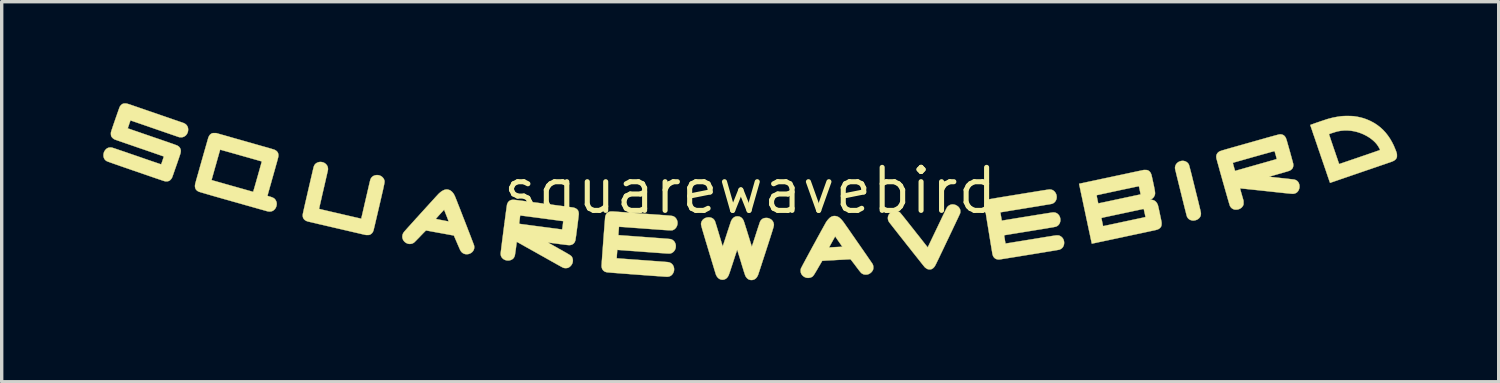
<source format=kicad_pcb>
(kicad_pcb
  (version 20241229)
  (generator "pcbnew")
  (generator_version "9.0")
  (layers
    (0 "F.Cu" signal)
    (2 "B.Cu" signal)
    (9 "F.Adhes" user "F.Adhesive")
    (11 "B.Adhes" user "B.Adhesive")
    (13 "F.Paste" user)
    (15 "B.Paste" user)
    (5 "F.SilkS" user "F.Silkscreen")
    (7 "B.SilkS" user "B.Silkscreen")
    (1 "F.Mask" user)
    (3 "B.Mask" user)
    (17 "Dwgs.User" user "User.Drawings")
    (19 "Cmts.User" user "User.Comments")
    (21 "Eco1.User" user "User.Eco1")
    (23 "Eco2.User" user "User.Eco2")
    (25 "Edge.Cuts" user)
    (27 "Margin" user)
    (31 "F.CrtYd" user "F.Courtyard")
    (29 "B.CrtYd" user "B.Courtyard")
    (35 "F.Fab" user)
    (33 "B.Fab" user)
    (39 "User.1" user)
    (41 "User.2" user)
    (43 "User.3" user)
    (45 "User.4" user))
  (footprint "squarewavebird"
    (layer "F.Cu")
    (at 19.101 2.583)
    (property "Reference" "squarewavebird" (at 0 0 0) (layer "F.SilkS") (effects (font (size 1.27 1.27) (thickness 0.15))))
    (attr through_hole)
    (fp_poly (pts (xy 12.826 -0.877) (xy 12.861 -0.865) (xy 12.894 -0.847) (xy 12.922 -0.824) (xy 12.946 -0.795) (xy 12.957 -0.775) (xy 12.96 -0.769) (xy 12.963 -0.761) (xy 12.966 -0.748) (xy 12.971 -0.732) (xy 12.977 -0.712) (xy 12.983 -0.687) (xy 12.991 -0.657) (xy 13 -0.622) (xy 13.011 -0.581) (xy 13.023 -0.535) (xy 13.036 -0.483) (xy 13.051 -0.424) (xy 13.067 -0.358) (xy 13.085 -0.285) (xy 13.105 -0.205) (xy 13.127 -0.118) (xy 13.142 -0.055) (xy 13.164 0.034) (xy 13.184 0.114) (xy 13.203 0.188) (xy 13.219 0.254) (xy 13.234 0.314) (xy 13.247 0.367) (xy 13.258 0.415) (xy 13.269 0.457) (xy 13.277 0.494) (xy 13.285 0.526) (xy 13.292 0.553) (xy 13.297 0.577) (xy 13.302 0.597) (xy 13.305 0.614) (xy 13.308 0.628) (xy 13.31 0.64) (xy 13.312 0.649) (xy 13.313 0.657) (xy 13.313 0.664) (xy 13.314 0.669) (xy 13.314 0.674) (xy 13.311 0.714) (xy 13.301 0.75) (xy 13.284 0.782) (xy 13.259 0.811) (xy 13.235 0.832) (xy 13.204 0.852) (xy 13.169 0.866) (xy 13.139 0.874) (xy 13.107 0.879) (xy 13.078 0.88) (xy 13.048 0.876) (xy 13.04 0.874) (xy 13.001 0.862) (xy 12.966 0.843) (xy 12.937 0.817) (xy 12.914 0.785) (xy 12.899 0.754) (xy 12.897 0.747) (xy 12.893 0.733) (xy 12.888 0.712) (xy 12.88 0.684) (xy 12.872 0.65) (xy 12.862 0.61) (xy 12.85 0.565) (xy 12.838 0.516) (xy 12.825 0.463) (xy 12.81 0.406) (xy 12.796 0.347) (xy 12.78 0.284) (xy 12.764 0.221) (xy 12.748 0.155) (xy 12.732 0.089) (xy 12.715 0.023) (xy 12.699 -0.043) (xy 12.683 -0.109) (xy 12.667 -0.173) (xy 12.651 -0.235) (xy 12.637 -0.295) (xy 12.623 -0.352) (xy 12.609 -0.406) (xy 12.597 -0.456) (xy 12.586 -0.501) (xy 12.577 -0.541) (xy 12.568 -0.576) (xy 12.561 -0.604) (xy 12.556 -0.627) (xy 12.553 -0.642) (xy 12.551 -0.649) (xy 12.549 -0.688) (xy 12.556 -0.726) (xy 12.57 -0.763) (xy 12.592 -0.797) (xy 12.61 -0.817) (xy 12.641 -0.843) (xy 12.676 -0.862) (xy 12.713 -0.875) (xy 12.751 -0.882) (xy 12.789 -0.883) (xy 12.826 -0.877)) (stroke (width 0.01) (type solid)) (fill yes) (layer "F.SilkS"))
    (fp_poly (pts (xy 6.02 0.407) (xy 6.06 0.417) (xy 6.098 0.435) (xy 6.135 0.46) (xy 6.137 0.461) (xy 6.162 0.485) (xy 6.183 0.514) (xy 6.199 0.545) (xy 6.2 0.546) (xy 6.206 0.568) (xy 6.209 0.595) (xy 6.209 0.623) (xy 6.207 0.649) (xy 6.204 0.663) (xy 6.202 0.668) (xy 6.196 0.681) (xy 6.187 0.701) (xy 6.175 0.727) (xy 6.16 0.759) (xy 6.143 0.796) (xy 6.123 0.838) (xy 6.101 0.884) (xy 6.077 0.935) (xy 6.052 0.989) (xy 6.024 1.046) (xy 5.996 1.106) (xy 5.967 1.168) (xy 5.936 1.232) (xy 5.905 1.297) (xy 5.874 1.363) (xy 5.842 1.43) (xy 5.81 1.496) (xy 5.779 1.562) (xy 5.748 1.627) (xy 5.718 1.691) (xy 5.688 1.753) (xy 5.66 1.812) (xy 5.632 1.869) (xy 5.607 1.923) (xy 5.583 1.973) (xy 5.561 2.019) (xy 5.541 2.06) (xy 5.523 2.096) (xy 5.508 2.127) (xy 5.496 2.152) (xy 5.487 2.171) (xy 5.486 2.172) (xy 5.475 2.193) (xy 5.463 2.215) (xy 5.451 2.234) (xy 5.442 2.247) (xy 5.423 2.269) (xy 5.4 2.29) (xy 5.375 2.306) (xy 5.352 2.317) (xy 5.35 2.318) (xy 5.319 2.323) (xy 5.287 2.323) (xy 5.256 2.318) (xy 5.243 2.314) (xy 5.204 2.293) (xy 5.168 2.266) (xy 5.153 2.251) (xy 5.148 2.245) (xy 5.139 2.233) (xy 5.124 2.215) (xy 5.105 2.192) (xy 5.083 2.164) (xy 5.056 2.131) (xy 5.027 2.093) (xy 4.994 2.052) (xy 4.959 2.008) (xy 4.921 1.96) (xy 4.881 1.91) (xy 4.839 1.857) (xy 4.796 1.803) (xy 4.752 1.747) (xy 4.707 1.689) (xy 4.661 1.632) (xy 4.615 1.574) (xy 4.569 1.515) (xy 4.524 1.458) (xy 4.479 1.401) (xy 4.435 1.346) (xy 4.393 1.292) (xy 4.352 1.24) (xy 4.314 1.191) (xy 4.277 1.145) (xy 4.243 1.101) (xy 4.212 1.062) (xy 4.184 1.026) (xy 4.16 0.995) (xy 4.139 0.969) (xy 4.123 0.948) (xy 4.111 0.932) (xy 4.104 0.923) (xy 4.102 0.92) (xy 4.083 0.883) (xy 4.072 0.843) (xy 4.069 0.803) (xy 4.074 0.763) (xy 4.088 0.723) (xy 4.092 0.714) (xy 4.1 0.701) (xy 4.112 0.685) (xy 4.127 0.669) (xy 4.134 0.661) (xy 4.168 0.633) (xy 4.204 0.612) (xy 4.243 0.599) (xy 4.286 0.593) (xy 4.313 0.594) (xy 4.348 0.599) (xy 4.382 0.612) (xy 4.415 0.633) (xy 4.422 0.638) (xy 4.428 0.644) (xy 4.438 0.655) (xy 4.452 0.672) (xy 4.471 0.695) (xy 4.495 0.724) (xy 4.523 0.759) (xy 4.556 0.8) (xy 4.593 0.847) (xy 4.636 0.9) (xy 4.683 0.96) (xy 4.735 1.026) (xy 4.793 1.099) (xy 4.837 1.154) (xy 4.882 1.212) (xy 4.925 1.267) (xy 4.968 1.32) (xy 5.008 1.371) (xy 5.046 1.419) (xy 5.081 1.464) (xy 5.114 1.506) (xy 5.143 1.543) (xy 5.169 1.576) (xy 5.191 1.604) (xy 5.21 1.627) (xy 5.224 1.645) (xy 5.233 1.656) (xy 5.238 1.662) (xy 5.238 1.662) (xy 5.247 1.672) (xy 5.497 1.15) (xy 5.537 1.067) (xy 5.573 0.991) (xy 5.606 0.922) (xy 5.636 0.86) (xy 5.662 0.804) (xy 5.686 0.754) (xy 5.708 0.709) (xy 5.727 0.67) (xy 5.744 0.635) (xy 5.758 0.605) (xy 5.771 0.579) (xy 5.782 0.557) (xy 5.791 0.539) (xy 5.799 0.523) (xy 5.806 0.511) (xy 5.811 0.5) (xy 5.816 0.492) (xy 5.82 0.486) (xy 5.824 0.481) (xy 5.827 0.477) (xy 5.83 0.473) (xy 5.833 0.47) (xy 5.836 0.468) (xy 5.839 0.464) (xy 5.84 0.463) (xy 5.871 0.437) (xy 5.905 0.419) (xy 5.942 0.407) (xy 5.98 0.403) (xy 6.02 0.407)) (stroke (width 0.01) (type solid)) (fill yes) (layer "F.SilkS"))
    (fp_poly (pts (xy -8.91 -0.031) (xy -8.875 -0.02) (xy -8.844 -0.003) (xy -8.814 0.021) (xy -8.801 0.033) (xy -8.78 0.056) (xy -8.762 0.079) (xy -8.745 0.106) (xy -8.728 0.138) (xy -8.712 0.173) (xy -8.707 0.184) (xy -8.7 0.202) (xy -8.69 0.227) (xy -8.678 0.258) (xy -8.663 0.294) (xy -8.647 0.335) (xy -8.629 0.382) (xy -8.609 0.432) (xy -8.588 0.486) (xy -8.565 0.543) (xy -8.542 0.603) (xy -8.518 0.665) (xy -8.493 0.729) (xy -8.468 0.794) (xy -8.442 0.859) (xy -8.416 0.926) (xy -8.391 0.991) (xy -8.365 1.056) (xy -8.341 1.12) (xy -8.317 1.183) (xy -8.293 1.243) (xy -8.271 1.3) (xy -8.25 1.354) (xy -8.231 1.405) (xy -8.213 1.452) (xy -8.197 1.493) (xy -8.183 1.53) (xy -8.171 1.562) (xy -8.162 1.587) (xy -8.155 1.605) (xy -8.151 1.617) (xy -8.15 1.621) (xy -8.145 1.662) (xy -8.148 1.703) (xy -8.159 1.741) (xy -8.177 1.775) (xy -8.202 1.806) (xy -8.236 1.834) (xy -8.274 1.855) (xy -8.315 1.869) (xy -8.358 1.874) (xy -8.402 1.872) (xy -8.419 1.869) (xy -8.456 1.857) (xy -8.49 1.837) (xy -8.52 1.811) (xy -8.545 1.779) (xy -8.56 1.752) (xy -8.565 1.742) (xy -8.572 1.725) (xy -8.583 1.702) (xy -8.595 1.674) (xy -8.609 1.642) (xy -8.625 1.606) (xy -8.641 1.568) (xy -8.658 1.528) (xy -8.661 1.522) (xy -8.747 1.322) (xy -8.82 1.309) (xy -8.924 1.29) (xy -9.02 1.272) (xy -9.108 1.256) (xy -9.187 1.242) (xy -9.259 1.229) (xy -9.324 1.217) (xy -9.38 1.207) (xy -9.429 1.198) (xy -9.471 1.19) (xy -9.505 1.184) (xy -9.532 1.179) (xy -9.551 1.176) (xy -9.564 1.174) (xy -9.57 1.173) (xy -9.57 1.173) (xy -9.574 1.176) (xy -9.583 1.184) (xy -9.597 1.198) (xy -9.615 1.216) (xy -9.637 1.238) (xy -9.662 1.263) (xy -9.689 1.292) (xy -9.719 1.322) (xy -9.742 1.347) (xy -9.782 1.389) (xy -9.819 1.426) (xy -9.851 1.459) (xy -9.878 1.486) (xy -9.9 1.508) (xy -9.917 1.524) (xy -9.929 1.534) (xy -9.933 1.537) (xy -9.968 1.556) (xy -10.006 1.567) (xy -10.046 1.571) (xy -10.085 1.568) (xy -10.124 1.557) (xy -10.161 1.539) (xy -10.195 1.514) (xy -10.207 1.503) (xy -10.235 1.47) (xy -10.254 1.434) (xy -10.266 1.395) (xy -10.27 1.355) (xy -10.265 1.312) (xy -10.264 1.304) (xy -10.252 1.27) (xy -10.234 1.237) (xy -10.209 1.204) (xy -10.205 1.2) (xy -10.17 1.161) (xy -10.132 1.118) (xy -10.091 1.072) (xy -10.047 1.024) (xy -10.002 0.974) (xy -9.955 0.922) (xy -9.907 0.868) (xy -9.874 0.832) (xy -9.281 0.832) (xy -9.277 0.833) (xy -9.266 0.836) (xy -9.248 0.84) (xy -9.226 0.844) (xy -9.198 0.85) (xy -9.167 0.856) (xy -9.134 0.863) (xy -9.1 0.869) (xy -9.065 0.876) (xy -9.031 0.882) (xy -8.999 0.889) (xy -8.969 0.894) (xy -8.942 0.899) (xy -8.921 0.903) (xy -8.904 0.905) (xy -8.902 0.906) (xy -8.903 0.902) (xy -8.907 0.891) (xy -8.913 0.874) (xy -8.921 0.852) (xy -8.932 0.825) (xy -8.943 0.794) (xy -8.956 0.76) (xy -8.962 0.746) (xy -8.976 0.711) (xy -8.989 0.678) (xy -9.001 0.647) (xy -9.011 0.621) (xy -9.02 0.599) (xy -9.026 0.584) (xy -9.03 0.574) (xy -9.03 0.573) (xy -9.036 0.56) (xy -9.159 0.694) (xy -9.185 0.722) (xy -9.209 0.749) (xy -9.23 0.773) (xy -9.249 0.794) (xy -9.264 0.811) (xy -9.274 0.823) (xy -9.28 0.83) (xy -9.281 0.832) (xy -9.874 0.832) (xy -9.857 0.814) (xy -9.807 0.759) (xy -9.757 0.703) (xy -9.707 0.648) (xy -9.657 0.593) (xy -9.608 0.539) (xy -9.56 0.486) (xy -9.513 0.435) (xy -9.468 0.385) (xy -9.426 0.339) (xy -9.386 0.295) (xy -9.348 0.254) (xy -9.314 0.216) (xy -9.283 0.182) (xy -9.256 0.153) (xy -9.233 0.128) (xy -9.215 0.109) (xy -9.202 0.095) (xy -9.194 0.086) (xy -9.192 0.085) (xy -9.146 0.044) (xy -9.102 0.012) (xy -9.059 -0.012) (xy -9.018 -0.029) (xy -8.977 -0.037) (xy -8.938 -0.037) (xy -8.91 -0.031)) (stroke (width 0.01) (type solid)) (fill yes) (layer "F.SilkS"))
    (fp_poly (pts (xy 2.535 0.749) (xy 2.577 0.761) (xy 2.605 0.774) (xy 2.626 0.787) (xy 2.649 0.805) (xy 2.675 0.829) (xy 2.701 0.855) (xy 2.726 0.884) (xy 2.749 0.913) (xy 2.75 0.914) (xy 2.758 0.924) (xy 2.769 0.941) (xy 2.785 0.963) (xy 2.804 0.99) (xy 2.826 1.022) (xy 2.852 1.059) (xy 2.881 1.1) (xy 2.912 1.144) (xy 2.945 1.192) (xy 2.98 1.242) (xy 3.016 1.295) (xy 3.054 1.349) (xy 3.093 1.405) (xy 3.132 1.462) (xy 3.172 1.519) (xy 3.212 1.577) (xy 3.252 1.634) (xy 3.291 1.691) (xy 3.33 1.746) (xy 3.367 1.8) (xy 3.403 1.852) (xy 3.437 1.901) (xy 3.469 1.947) (xy 3.498 1.99) (xy 3.525 2.029) (xy 3.549 2.064) (xy 3.57 2.094) (xy 3.587 2.12) (xy 3.601 2.139) (xy 3.61 2.153) (xy 3.615 2.16) (xy 3.615 2.161) (xy 3.628 2.188) (xy 3.636 2.216) (xy 3.64 2.246) (xy 3.64 2.275) (xy 3.639 2.296) (xy 3.637 2.311) (xy 3.634 2.324) (xy 3.629 2.336) (xy 3.623 2.35) (xy 3.602 2.383) (xy 3.575 2.413) (xy 3.542 2.439) (xy 3.507 2.459) (xy 3.47 2.472) (xy 3.468 2.472) (xy 3.449 2.475) (xy 3.425 2.476) (xy 3.404 2.476) (xy 3.383 2.474) (xy 3.367 2.472) (xy 3.353 2.468) (xy 3.338 2.462) (xy 3.331 2.459) (xy 3.313 2.449) (xy 3.294 2.437) (xy 3.279 2.425) (xy 3.279 2.425) (xy 3.273 2.418) (xy 3.262 2.405) (xy 3.247 2.387) (xy 3.228 2.364) (xy 3.207 2.337) (xy 3.184 2.306) (xy 3.158 2.273) (xy 3.132 2.238) (xy 3.115 2.215) (xy 3.083 2.172) (xy 3.054 2.135) (xy 3.029 2.102) (xy 3.007 2.074) (xy 2.99 2.052) (xy 2.977 2.036) (xy 2.968 2.027) (xy 2.964 2.023) (xy 2.958 2.024) (xy 2.944 2.024) (xy 2.923 2.025) (xy 2.896 2.027) (xy 2.863 2.028) (xy 2.825 2.03) (xy 2.783 2.033) (xy 2.738 2.035) (xy 2.691 2.038) (xy 2.641 2.04) (xy 2.59 2.043) (xy 2.539 2.046) (xy 2.488 2.049) (xy 2.437 2.052) (xy 2.389 2.054) (xy 2.343 2.057) (xy 2.3 2.059) (xy 2.261 2.061) (xy 2.226 2.063) (xy 2.197 2.065) (xy 2.174 2.067) (xy 2.158 2.068) (xy 2.149 2.068) (xy 2.148 2.068) (xy 2.13 2.071) (xy 2.008 2.28) (xy 1.98 2.329) (xy 1.955 2.371) (xy 1.934 2.406) (xy 1.916 2.436) (xy 1.901 2.461) (xy 1.887 2.481) (xy 1.875 2.498) (xy 1.865 2.511) (xy 1.855 2.522) (xy 1.846 2.531) (xy 1.837 2.538) (xy 1.827 2.544) (xy 1.818 2.549) (xy 1.786 2.563) (xy 1.75 2.571) (xy 1.712 2.574) (xy 1.675 2.571) (xy 1.656 2.567) (xy 1.616 2.552) (xy 1.58 2.53) (xy 1.558 2.512) (xy 1.531 2.482) (xy 1.511 2.451) (xy 1.499 2.417) (xy 1.494 2.379) (xy 1.493 2.36) (xy 1.495 2.327) (xy 1.501 2.3) (xy 1.502 2.296) (xy 1.505 2.289) (xy 1.512 2.276) (xy 1.522 2.256) (xy 1.536 2.23) (xy 1.552 2.198) (xy 1.572 2.161) (xy 1.594 2.12) (xy 1.619 2.074) (xy 1.645 2.024) (xy 1.674 1.972) (xy 1.704 1.916) (xy 1.735 1.858) (xy 1.767 1.799) (xy 1.801 1.737) (xy 1.834 1.675) (xy 1.836 1.673) (xy 2.333 1.673) (xy 2.336 1.675) (xy 2.344 1.675) (xy 2.346 1.675) (xy 2.353 1.674) (xy 2.368 1.673) (xy 2.389 1.672) (xy 2.416 1.67) (xy 2.447 1.668) (xy 2.482 1.666) (xy 2.52 1.664) (xy 2.543 1.663) (xy 2.726 1.654) (xy 2.712 1.634) (xy 2.708 1.628) (xy 2.699 1.616) (xy 2.688 1.6) (xy 2.673 1.579) (xy 2.657 1.555) (xy 2.639 1.53) (xy 2.62 1.502) (xy 2.601 1.475) (xy 2.582 1.448) (xy 2.565 1.422) (xy 2.548 1.399) (xy 2.535 1.379) (xy 2.524 1.364) (xy 2.516 1.353) (xy 2.513 1.348) (xy 2.513 1.348) (xy 2.511 1.351) (xy 2.505 1.361) (xy 2.497 1.377) (xy 2.485 1.397) (xy 2.472 1.421) (xy 2.457 1.448) (xy 2.441 1.476) (xy 2.425 1.506) (xy 2.408 1.536) (xy 2.392 1.565) (xy 2.377 1.593) (xy 2.363 1.618) (xy 2.352 1.639) (xy 2.342 1.656) (xy 2.336 1.668) (xy 2.333 1.673) (xy 2.333 1.673) (xy 1.836 1.673) (xy 1.868 1.613) (xy 1.903 1.55) (xy 1.937 1.488) (xy 1.97 1.426) (xy 2.003 1.366) (xy 2.035 1.308) (xy 2.066 1.252) (xy 2.095 1.198) (xy 2.123 1.148) (xy 2.149 1.101) (xy 2.172 1.059) (xy 2.193 1.021) (xy 2.212 0.988) (xy 2.227 0.96) (xy 2.239 0.939) (xy 2.248 0.924) (xy 2.253 0.916) (xy 2.274 0.887) (xy 2.298 0.857) (xy 2.323 0.83) (xy 2.348 0.805) (xy 2.37 0.786) (xy 2.377 0.782) (xy 2.414 0.761) (xy 2.453 0.749) (xy 2.494 0.745) (xy 2.535 0.749)) (stroke (width 0.01) (type solid)) (fill yes) (layer "F.SilkS"))
    (fp_poly (pts (xy 17.704 -2.207) (xy 17.747 -2.206) (xy 17.787 -2.204) (xy 17.821 -2.202) (xy 17.837 -2.2) (xy 17.939 -2.184) (xy 18.036 -2.163) (xy 18.129 -2.137) (xy 18.219 -2.104) (xy 18.309 -2.065) (xy 18.343 -2.048) (xy 18.437 -1.997) (xy 18.526 -1.938) (xy 18.61 -1.873) (xy 18.689 -1.801) (xy 18.695 -1.795) (xy 18.768 -1.716) (xy 18.835 -1.631) (xy 18.898 -1.539) (xy 18.955 -1.441) (xy 19.008 -1.336) (xy 19.051 -1.234) (xy 19.066 -1.198) (xy 19.077 -1.168) (xy 19.086 -1.143) (xy 19.092 -1.123) (xy 19.097 -1.106) (xy 19.1 -1.09) (xy 19.102 -1.075) (xy 19.103 -1.059) (xy 19.103 -1.042) (xy 19.103 -1.041) (xy 19.103 -1.02) (xy 19.102 -1.005) (xy 19.1 -0.993) (xy 19.097 -0.983) (xy 19.092 -0.971) (xy 19.089 -0.964) (xy 19.075 -0.94) (xy 19.056 -0.919) (xy 19.033 -0.9) (xy 19.004 -0.882) (xy 18.969 -0.866) (xy 18.929 -0.851) (xy 18.92 -0.848) (xy 18.904 -0.842) (xy 18.88 -0.834) (xy 18.85 -0.824) (xy 18.813 -0.811) (xy 18.77 -0.796) (xy 18.721 -0.779) (xy 18.667 -0.761) (xy 18.608 -0.741) (xy 18.545 -0.719) (xy 18.478 -0.696) (xy 18.407 -0.672) (xy 18.333 -0.646) (xy 18.255 -0.62) (xy 18.176 -0.593) (xy 18.094 -0.565) (xy 18.015 -0.538) (xy 17.932 -0.509) (xy 17.852 -0.482) (xy 17.773 -0.455) (xy 17.698 -0.429) (xy 17.625 -0.404) (xy 17.557 -0.381) (xy 17.492 -0.358) (xy 17.431 -0.338) (xy 17.375 -0.318) (xy 17.324 -0.301) (xy 17.279 -0.285) (xy 17.239 -0.272) (xy 17.205 -0.26) (xy 17.178 -0.251) (xy 17.158 -0.244) (xy 17.145 -0.239) (xy 17.14 -0.238) (xy 17.14 -0.237) (xy 17.131 -0.235) (xy 17.126 -0.238) (xy 17.123 -0.245) (xy 17.121 -0.251) (xy 17.116 -0.265) (xy 17.109 -0.286) (xy 17.099 -0.313) (xy 17.088 -0.347) (xy 17.074 -0.386) (xy 17.059 -0.43) (xy 17.042 -0.48) (xy 17.024 -0.533) (xy 17.005 -0.59) (xy 16.984 -0.651) (xy 16.962 -0.714) (xy 16.94 -0.78) (xy 16.916 -0.848) (xy 16.893 -0.917) (xy 16.868 -0.988) (xy 16.844 -1.059) (xy 16.82 -1.131) (xy 16.795 -1.202) (xy 16.771 -1.272) (xy 16.748 -1.342) (xy 16.725 -1.41) (xy 16.702 -1.475) (xy 16.681 -1.539) (xy 16.66 -1.599) (xy 16.641 -1.656) (xy 16.635 -1.672) (xy 17.097 -1.672) (xy 17.098 -1.668) (xy 17.102 -1.656) (xy 17.107 -1.637) (xy 17.115 -1.612) (xy 17.126 -1.581) (xy 17.138 -1.545) (xy 17.151 -1.504) (xy 17.166 -1.459) (xy 17.183 -1.41) (xy 17.201 -1.358) (xy 17.219 -1.303) (xy 17.232 -1.265) (xy 17.252 -1.208) (xy 17.271 -1.153) (xy 17.289 -1.1) (xy 17.306 -1.049) (xy 17.322 -1.003) (xy 17.337 -0.96) (xy 17.35 -0.922) (xy 17.361 -0.889) (xy 17.37 -0.862) (xy 17.377 -0.842) (xy 17.382 -0.828) (xy 17.383 -0.824) (xy 17.39 -0.806) (xy 17.395 -0.795) (xy 17.399 -0.79) (xy 17.402 -0.789) (xy 17.407 -0.791) (xy 17.419 -0.795) (xy 17.438 -0.802) (xy 17.464 -0.811) (xy 17.496 -0.822) (xy 17.534 -0.835) (xy 17.578 -0.85) (xy 17.626 -0.866) (xy 17.679 -0.884) (xy 17.735 -0.904) (xy 17.796 -0.924) (xy 17.859 -0.946) (xy 17.925 -0.968) (xy 17.993 -0.992) (xy 18.004 -0.995) (xy 18.072 -1.019) (xy 18.138 -1.041) (xy 18.202 -1.063) (xy 18.263 -1.084) (xy 18.32 -1.104) (xy 18.373 -1.122) (xy 18.422 -1.139) (xy 18.466 -1.154) (xy 18.504 -1.168) (xy 18.537 -1.179) (xy 18.564 -1.188) (xy 18.584 -1.196) (xy 18.597 -1.2) (xy 18.603 -1.202) (xy 18.603 -1.203) (xy 18.603 -1.208) (xy 18.599 -1.219) (xy 18.593 -1.235) (xy 18.589 -1.243) (xy 18.553 -1.308) (xy 18.51 -1.37) (xy 18.46 -1.428) (xy 18.401 -1.484) (xy 18.335 -1.537) (xy 18.284 -1.573) (xy 18.199 -1.624) (xy 18.111 -1.668) (xy 18.02 -1.705) (xy 17.927 -1.735) (xy 17.833 -1.758) (xy 17.738 -1.773) (xy 17.642 -1.78) (xy 17.548 -1.78) (xy 17.454 -1.772) (xy 17.362 -1.756) (xy 17.337 -1.75) (xy 17.323 -1.746) (xy 17.303 -1.741) (xy 17.279 -1.733) (xy 17.252 -1.725) (xy 17.225 -1.716) (xy 17.197 -1.707) (xy 17.17 -1.699) (xy 17.146 -1.69) (xy 17.125 -1.683) (xy 17.109 -1.678) (xy 17.1 -1.674) (xy 17.097 -1.672) (xy 16.635 -1.672) (xy 16.622 -1.709) (xy 16.606 -1.758) (xy 16.591 -1.802) (xy 16.578 -1.841) (xy 16.566 -1.874) (xy 16.557 -1.901) (xy 16.55 -1.922) (xy 16.546 -1.935) (xy 16.544 -1.941) (xy 16.544 -1.941) (xy 16.548 -1.944) (xy 16.559 -1.948) (xy 16.576 -1.955) (xy 16.6 -1.963) (xy 16.628 -1.973) (xy 16.66 -1.985) (xy 16.695 -1.997) (xy 16.733 -2.011) (xy 16.773 -2.024) (xy 16.814 -2.038) (xy 16.854 -2.052) (xy 16.894 -2.065) (xy 16.933 -2.078) (xy 16.969 -2.09) (xy 17.002 -2.101) (xy 17.031 -2.111) (xy 17.056 -2.118) (xy 17.075 -2.124) (xy 17.079 -2.125) (xy 17.211 -2.159) (xy 17.343 -2.184) (xy 17.452 -2.2) (xy 17.484 -2.203) (xy 17.522 -2.205) (xy 17.565 -2.207) (xy 17.611 -2.208) (xy 17.657 -2.208) (xy 17.704 -2.207)) (stroke (width 0.01) (type solid)) (fill yes) (layer "F.SilkS"))
    (fp_poly (pts (xy -12.645 -0.847) (xy -12.605 -0.837) (xy -12.569 -0.82) (xy -12.538 -0.798) (xy -12.511 -0.771) (xy -12.489 -0.74) (xy -12.474 -0.706) (xy -12.466 -0.669) (xy -12.465 -0.631) (xy -12.466 -0.617) (xy -12.468 -0.61) (xy -12.471 -0.594) (xy -12.476 -0.571) (xy -12.483 -0.542) (xy -12.491 -0.506) (xy -12.5 -0.464) (xy -12.511 -0.418) (xy -12.523 -0.367) (xy -12.535 -0.311) (xy -12.549 -0.252) (xy -12.563 -0.19) (xy -12.578 -0.125) (xy -12.594 -0.058) (xy -12.601 -0.026) (xy -12.617 0.041) (xy -12.632 0.106) (xy -12.646 0.168) (xy -12.659 0.227) (xy -12.672 0.283) (xy -12.684 0.334) (xy -12.694 0.38) (xy -12.704 0.421) (xy -12.712 0.457) (xy -12.718 0.487) (xy -12.723 0.51) (xy -12.727 0.526) (xy -12.729 0.534) (xy -12.729 0.536) (xy -12.728 0.536) (xy -12.727 0.537) (xy -12.725 0.537) (xy -12.721 0.538) (xy -12.715 0.54) (xy -12.708 0.542) (xy -12.697 0.544) (xy -12.685 0.547) (xy -12.668 0.551) (xy -12.649 0.556) (xy -12.625 0.561) (xy -12.597 0.568) (xy -12.565 0.575) (xy -12.528 0.584) (xy -12.485 0.594) (xy -12.437 0.605) (xy -12.383 0.618) (xy -12.323 0.632) (xy -12.256 0.647) (xy -12.182 0.664) (xy -12.1 0.683) (xy -12.011 0.704) (xy -11.96 0.716) (xy -11.898 0.73) (xy -11.838 0.744) (xy -11.782 0.757) (xy -11.728 0.769) (xy -11.679 0.781) (xy -11.634 0.791) (xy -11.594 0.8) (xy -11.559 0.808) (xy -11.53 0.815) (xy -11.508 0.82) (xy -11.492 0.823) (xy -11.484 0.825) (xy -11.483 0.825) (xy -11.482 0.821) (xy -11.479 0.809) (xy -11.475 0.789) (xy -11.469 0.763) (xy -11.461 0.731) (xy -11.452 0.693) (xy -11.442 0.65) (xy -11.431 0.602) (xy -11.419 0.549) (xy -11.406 0.493) (xy -11.392 0.433) (xy -11.378 0.371) (xy -11.363 0.306) (xy -11.362 0.305) (xy -11.343 0.221) (xy -11.325 0.144) (xy -11.309 0.076) (xy -11.295 0.014) (xy -11.282 -0.041) (xy -11.271 -0.09) (xy -11.261 -0.133) (xy -11.252 -0.171) (xy -11.244 -0.204) (xy -11.238 -0.232) (xy -11.232 -0.256) (xy -11.227 -0.276) (xy -11.223 -0.292) (xy -11.219 -0.306) (xy -11.216 -0.317) (xy -11.214 -0.326) (xy -11.211 -0.333) (xy -11.209 -0.339) (xy -11.208 -0.343) (xy -11.206 -0.348) (xy -11.204 -0.352) (xy -11.203 -0.353) (xy -11.183 -0.386) (xy -11.158 -0.412) (xy -11.128 -0.434) (xy -11.095 -0.449) (xy -11.059 -0.459) (xy -11.021 -0.463) (xy -10.983 -0.461) (xy -10.946 -0.453) (xy -10.91 -0.438) (xy -10.876 -0.417) (xy -10.854 -0.398) (xy -10.831 -0.371) (xy -10.814 -0.344) (xy -10.802 -0.314) (xy -10.801 -0.311) (xy -10.799 -0.305) (xy -10.798 -0.299) (xy -10.796 -0.292) (xy -10.795 -0.285) (xy -10.795 -0.277) (xy -10.795 -0.268) (xy -10.796 -0.258) (xy -10.797 -0.245) (xy -10.799 -0.23) (xy -10.802 -0.212) (xy -10.806 -0.191) (xy -10.811 -0.166) (xy -10.817 -0.138) (xy -10.824 -0.105) (xy -10.832 -0.067) (xy -10.841 -0.024) (xy -10.852 0.024) (xy -10.865 0.078) (xy -10.879 0.138) (xy -10.894 0.205) (xy -10.911 0.279) (xy -10.93 0.361) (xy -10.951 0.45) (xy -10.955 0.47) (xy -10.973 0.544) (xy -10.99 0.617) (xy -11.006 0.687) (xy -11.022 0.754) (xy -11.037 0.818) (xy -11.051 0.878) (xy -11.064 0.934) (xy -11.076 0.986) (xy -11.087 1.032) (xy -11.097 1.072) (xy -11.105 1.107) (xy -11.112 1.134) (xy -11.117 1.155) (xy -11.12 1.169) (xy -11.122 1.174) (xy -11.137 1.211) (xy -11.158 1.244) (xy -11.185 1.271) (xy -11.215 1.291) (xy -11.222 1.295) (xy -11.234 1.3) (xy -11.246 1.303) (xy -11.26 1.305) (xy -11.279 1.306) (xy -11.292 1.306) (xy -11.313 1.307) (xy -11.33 1.306) (xy -11.344 1.306) (xy -11.35 1.305) (xy -11.358 1.303) (xy -11.374 1.3) (xy -11.397 1.295) (xy -11.427 1.288) (xy -11.462 1.28) (xy -11.504 1.27) (xy -11.551 1.259) (xy -11.603 1.247) (xy -11.659 1.234) (xy -11.719 1.22) (xy -11.782 1.206) (xy -11.848 1.19) (xy -11.916 1.174) (xy -11.987 1.158) (xy -12.059 1.141) (xy -12.131 1.124) (xy -12.205 1.107) (xy -12.278 1.09) (xy -12.351 1.073) (xy -12.423 1.056) (xy -12.493 1.04) (xy -12.562 1.024) (xy -12.628 1.008) (xy -12.692 0.994) (xy -12.752 0.98) (xy -12.808 0.966) (xy -12.86 0.954) (xy -12.907 0.943) (xy -12.95 0.933) (xy -12.986 0.925) (xy -13.016 0.918) (xy -13.04 0.912) (xy -13.056 0.908) (xy -13.065 0.906) (xy -13.066 0.906) (xy -13.108 0.89) (xy -13.143 0.869) (xy -13.171 0.844) (xy -13.191 0.815) (xy -13.205 0.781) (xy -13.211 0.743) (xy -13.211 0.711) (xy -13.21 0.704) (xy -13.208 0.691) (xy -13.205 0.673) (xy -13.2 0.651) (xy -13.194 0.622) (xy -13.186 0.588) (xy -13.178 0.548) (xy -13.167 0.501) (xy -13.155 0.448) (xy -13.142 0.388) (xy -13.126 0.321) (xy -13.109 0.246) (xy -13.09 0.164) (xy -13.069 0.075) (xy -13.054 0.006) (xy -13.036 -0.068) (xy -13.02 -0.14) (xy -13.003 -0.21) (xy -12.988 -0.277) (xy -12.973 -0.341) (xy -12.959 -0.401) (xy -12.946 -0.456) (xy -12.934 -0.507) (xy -12.923 -0.553) (xy -12.914 -0.593) (xy -12.906 -0.627) (xy -12.899 -0.655) (xy -12.895 -0.676) (xy -12.891 -0.689) (xy -12.89 -0.693) (xy -12.884 -0.713) (xy -12.877 -0.732) (xy -12.871 -0.746) (xy -12.851 -0.777) (xy -12.824 -0.804) (xy -12.792 -0.825) (xy -12.756 -0.84) (xy -12.716 -0.849) (xy -12.687 -0.851) (xy -12.645 -0.847)) (stroke (width 0.01) (type solid)) (fill yes) (layer "F.SilkS"))
    (fp_poly (pts (xy -0.348 0.757) (xy -0.32 0.762) (xy -0.308 0.765) (xy -0.274 0.782) (xy -0.243 0.806) (xy -0.217 0.837) (xy -0.194 0.876) (xy -0.193 0.878) (xy -0.189 0.887) (xy -0.184 0.903) (xy -0.176 0.926) (xy -0.166 0.956) (xy -0.155 0.991) (xy -0.142 1.031) (xy -0.128 1.076) (xy -0.112 1.125) (xy -0.096 1.177) (xy -0.079 1.232) (xy -0.066 1.274) (xy -0.049 1.328) (xy -0.033 1.38) (xy -0.018 1.429) (xy -0.004 1.474) (xy 0.008 1.516) (xy 0.02 1.552) (xy 0.03 1.584) (xy 0.038 1.61) (xy 0.044 1.63) (xy 0.048 1.643) (xy 0.05 1.648) (xy 0.05 1.648) (xy 0.052 1.646) (xy 0.055 1.638) (xy 0.061 1.622) (xy 0.069 1.6) (xy 0.079 1.57) (xy 0.092 1.533) (xy 0.106 1.488) (xy 0.123 1.436) (xy 0.143 1.376) (xy 0.165 1.307) (xy 0.169 1.295) (xy 0.186 1.241) (xy 0.203 1.189) (xy 0.219 1.139) (xy 0.234 1.093) (xy 0.248 1.051) (xy 0.261 1.013) (xy 0.272 0.98) (xy 0.281 0.952) (xy 0.289 0.931) (xy 0.294 0.917) (xy 0.296 0.91) (xy 0.318 0.875) (xy 0.344 0.847) (xy 0.375 0.825) (xy 0.406 0.812) (xy 0.433 0.806) (xy 0.464 0.803) (xy 0.496 0.803) (xy 0.526 0.806) (xy 0.544 0.81) (xy 0.584 0.826) (xy 0.62 0.848) (xy 0.65 0.874) (xy 0.674 0.906) (xy 0.691 0.941) (xy 0.699 0.974) (xy 0.701 0.981) (xy 0.702 0.987) (xy 0.702 0.994) (xy 0.703 1.001) (xy 0.703 1.009) (xy 0.702 1.018) (xy 0.701 1.028) (xy 0.698 1.04) (xy 0.695 1.055) (xy 0.691 1.072) (xy 0.686 1.091) (xy 0.679 1.115) (xy 0.671 1.141) (xy 0.662 1.172) (xy 0.651 1.207) (xy 0.639 1.247) (xy 0.624 1.293) (xy 0.608 1.343) (xy 0.59 1.4) (xy 0.57 1.463) (xy 0.547 1.532) (xy 0.523 1.609) (xy 0.495 1.693) (xy 0.47 1.772) (xy 0.446 1.846) (xy 0.422 1.919) (xy 0.399 1.989) (xy 0.377 2.057) (xy 0.356 2.121) (xy 0.337 2.181) (xy 0.318 2.238) (xy 0.301 2.29) (xy 0.286 2.337) (xy 0.272 2.378) (xy 0.26 2.414) (xy 0.25 2.444) (xy 0.243 2.467) (xy 0.237 2.482) (xy 0.234 2.491) (xy 0.234 2.491) (xy 0.22 2.519) (xy 0.204 2.546) (xy 0.186 2.57) (xy 0.169 2.588) (xy 0.166 2.591) (xy 0.135 2.613) (xy 0.1 2.628) (xy 0.062 2.636) (xy 0.023 2.636) (xy -0.006 2.631) (xy -0.041 2.619) (xy -0.073 2.598) (xy -0.101 2.57) (xy -0.126 2.536) (xy -0.138 2.514) (xy -0.142 2.504) (xy -0.147 2.49) (xy -0.154 2.471) (xy -0.162 2.447) (xy -0.171 2.418) (xy -0.183 2.384) (xy -0.195 2.343) (xy -0.21 2.295) (xy -0.227 2.241) (xy -0.246 2.179) (xy -0.267 2.109) (xy -0.267 2.107) (xy -0.284 2.053) (xy -0.299 2.002) (xy -0.314 1.954) (xy -0.328 1.909) (xy -0.341 1.869) (xy -0.352 1.833) (xy -0.361 1.802) (xy -0.369 1.777) (xy -0.376 1.759) (xy -0.38 1.747) (xy -0.381 1.743) (xy -0.381 1.743) (xy -0.383 1.747) (xy -0.387 1.759) (xy -0.394 1.778) (xy -0.402 1.803) (xy -0.412 1.834) (xy -0.424 1.87) (xy -0.438 1.911) (xy -0.452 1.955) (xy -0.468 2.004) (xy -0.484 2.054) (xy -0.501 2.106) (xy -0.525 2.179) (xy -0.547 2.245) (xy -0.566 2.303) (xy -0.582 2.353) (xy -0.597 2.396) (xy -0.609 2.432) (xy -0.62 2.46) (xy -0.628 2.483) (xy -0.634 2.498) (xy -0.637 2.505) (xy -0.66 2.544) (xy -0.686 2.575) (xy -0.715 2.599) (xy -0.749 2.616) (xy -0.786 2.626) (xy -0.787 2.626) (xy -0.826 2.628) (xy -0.864 2.622) (xy -0.898 2.608) (xy -0.931 2.587) (xy -0.959 2.56) (xy -0.984 2.525) (xy -1.005 2.485) (xy -1.012 2.465) (xy -1.014 2.458) (xy -1.019 2.444) (xy -1.025 2.422) (xy -1.034 2.394) (xy -1.045 2.359) (xy -1.057 2.319) (xy -1.071 2.272) (xy -1.087 2.221) (xy -1.103 2.165) (xy -1.122 2.105) (xy -1.141 2.041) (xy -1.161 1.974) (xy -1.183 1.904) (xy -1.205 1.831) (xy -1.227 1.756) (xy -1.233 1.738) (xy -1.26 1.647) (xy -1.285 1.564) (xy -1.308 1.489) (xy -1.328 1.42) (xy -1.347 1.358) (xy -1.363 1.302) (xy -1.378 1.253) (xy -1.391 1.208) (xy -1.403 1.169) (xy -1.413 1.135) (xy -1.421 1.105) (xy -1.428 1.079) (xy -1.434 1.057) (xy -1.438 1.038) (xy -1.442 1.022) (xy -1.445 1.008) (xy -1.447 0.997) (xy -1.448 0.987) (xy -1.448 0.979) (xy -1.448 0.972) (xy -1.447 0.966) (xy -1.446 0.96) (xy -1.445 0.954) (xy -1.444 0.948) (xy -1.432 0.911) (xy -1.413 0.878) (xy -1.388 0.849) (xy -1.358 0.825) (xy -1.324 0.806) (xy -1.285 0.793) (xy -1.244 0.786) (xy -1.202 0.786) (xy -1.187 0.787) (xy -1.146 0.797) (xy -1.111 0.813) (xy -1.08 0.836) (xy -1.055 0.866) (xy -1.039 0.894) (xy -1.035 0.902) (xy -1.03 0.917) (xy -1.023 0.94) (xy -1.013 0.969) (xy -1.003 1.003) (xy -0.99 1.042) (xy -0.977 1.086) (xy -0.963 1.133) (xy -0.947 1.184) (xy -0.931 1.237) (xy -0.918 1.282) (xy -0.902 1.335) (xy -0.887 1.386) (xy -0.872 1.434) (xy -0.859 1.478) (xy -0.847 1.519) (xy -0.836 1.554) (xy -0.827 1.585) (xy -0.819 1.609) (xy -0.813 1.628) (xy -0.81 1.639) (xy -0.808 1.642) (xy -0.807 1.639) (xy -0.803 1.627) (xy -0.796 1.609) (xy -0.788 1.584) (xy -0.778 1.554) (xy -0.766 1.518) (xy -0.753 1.478) (xy -0.738 1.434) (xy -0.723 1.386) (xy -0.706 1.335) (xy -0.69 1.286) (xy -0.673 1.232) (xy -0.656 1.18) (xy -0.639 1.13) (xy -0.624 1.084) (xy -0.61 1.04) (xy -0.597 1.002) (xy -0.585 0.968) (xy -0.576 0.939) (xy -0.568 0.917) (xy -0.563 0.902) (xy -0.56 0.895) (xy -0.541 0.857) (xy -0.516 0.823) (xy -0.488 0.795) (xy -0.457 0.775) (xy -0.432 0.764) (xy -0.407 0.758) (xy -0.378 0.756) (xy -0.348 0.757)) (stroke (width 0.01) (type solid)) (fill yes) (layer "F.SilkS"))
    (fp_poly (pts (xy -15.767 -1.703) (xy -15.124 -1.52) (xy -15.048 -1.499) (xy -14.972 -1.477) (xy -14.896 -1.456) (xy -14.821 -1.434) (xy -14.748 -1.414) (xy -14.678 -1.394) (xy -14.61 -1.374) (xy -14.546 -1.356) (xy -14.486 -1.339) (xy -14.431 -1.323) (xy -14.381 -1.309) (xy -14.338 -1.297) (xy -14.301 -1.287) (xy -14.272 -1.279) (xy -14.271 -1.278) (xy -14.213 -1.262) (xy -14.164 -1.247) (xy -14.122 -1.235) (xy -14.088 -1.224) (xy -14.061 -1.216) (xy -14.042 -1.209) (xy -14.03 -1.203) (xy -13.995 -1.182) (xy -13.968 -1.157) (xy -13.947 -1.127) (xy -13.934 -1.092) (xy -13.929 -1.054) (xy -13.931 -1.012) (xy -13.931 -1.011) (xy -13.933 -1.002) (xy -13.937 -0.985) (xy -13.943 -0.961) (xy -13.951 -0.93) (xy -13.961 -0.892) (xy -13.973 -0.848) (xy -13.987 -0.798) (xy -14.003 -0.742) (xy -14.02 -0.681) (xy -14.038 -0.616) (xy -14.058 -0.546) (xy -14.079 -0.471) (xy -14.093 -0.421) (xy -14.112 -0.355) (xy -14.13 -0.29) (xy -14.147 -0.228) (xy -14.164 -0.169) (xy -14.18 -0.114) (xy -14.194 -0.063) (xy -14.207 -0.016) (xy -14.219 0.025) (xy -14.229 0.061) (xy -14.237 0.092) (xy -14.243 0.115) (xy -14.248 0.132) (xy -14.25 0.141) (xy -14.251 0.143) (xy -14.251 0.147) (xy -14.248 0.15) (xy -14.243 0.154) (xy -14.234 0.157) (xy -14.219 0.162) (xy -14.198 0.168) (xy -14.186 0.172) (xy -14.145 0.184) (xy -14.111 0.197) (xy -14.084 0.209) (xy -14.061 0.222) (xy -14.043 0.237) (xy -14.038 0.242) (xy -14.015 0.27) (xy -13.997 0.304) (xy -13.984 0.341) (xy -13.979 0.38) (xy -13.979 0.39) (xy -13.981 0.414) (xy -13.986 0.442) (xy -13.994 0.47) (xy -14.004 0.495) (xy -14.006 0.5) (xy -14.027 0.533) (xy -14.053 0.562) (xy -14.083 0.586) (xy -14.116 0.602) (xy -14.125 0.605) (xy -14.155 0.612) (xy -14.19 0.614) (xy -14.225 0.611) (xy -14.256 0.606) (xy -14.262 0.604) (xy -14.277 0.6) (xy -14.299 0.593) (xy -14.328 0.585) (xy -14.364 0.575) (xy -14.406 0.563) (xy -14.453 0.55) (xy -14.507 0.535) (xy -14.566 0.518) (xy -14.629 0.5) (xy -14.697 0.481) (xy -14.77 0.46) (xy -14.846 0.439) (xy -14.925 0.417) (xy -15.007 0.393) (xy -15.092 0.369) (xy -15.18 0.344) (xy -15.268 0.32) (xy -15.382 0.287) (xy -15.489 0.257) (xy -15.588 0.229) (xy -15.679 0.203) (xy -15.764 0.179) (xy -15.841 0.157) (xy -15.911 0.137) (xy -15.974 0.118) (xy -16.031 0.102) (xy -16.081 0.087) (xy -16.126 0.074) (xy -16.164 0.063) (xy -16.197 0.053) (xy -16.225 0.045) (xy -16.247 0.038) (xy -16.264 0.033) (xy -16.276 0.029) (xy -16.283 0.026) (xy -16.285 0.025) (xy -16.321 0.005) (xy -16.35 -0.02) (xy -16.372 -0.049) (xy -16.386 -0.083) (xy -16.393 -0.12) (xy -16.393 -0.161) (xy -16.385 -0.207) (xy -16.384 -0.21) (xy -16.382 -0.219) (xy -16.377 -0.237) (xy -16.37 -0.261) (xy -16.362 -0.291) (xy -16.355 -0.315) (xy -15.904 -0.315) (xy -15.899 -0.314) (xy -15.887 -0.31) (xy -15.868 -0.305) (xy -15.843 -0.297) (xy -15.812 -0.288) (xy -15.775 -0.278) (xy -15.733 -0.266) (xy -15.687 -0.253) (xy -15.637 -0.239) (xy -15.584 -0.224) (xy -15.528 -0.208) (xy -15.47 -0.191) (xy -15.411 -0.175) (xy -15.35 -0.157) (xy -15.289 -0.14) (xy -15.227 -0.123) (xy -15.167 -0.106) (xy -15.107 -0.089) (xy -15.049 -0.072) (xy -14.993 -0.057) (xy -14.94 -0.042) (xy -14.891 -0.028) (xy -14.845 -0.015) (xy -14.803 -0.003) (xy -14.766 0.007) (xy -14.735 0.016) (xy -14.71 0.023) (xy -14.691 0.028) (xy -14.679 0.031) (xy -14.675 0.032) (xy -14.674 0.028) (xy -14.67 0.016) (xy -14.664 -0.002) (xy -14.657 -0.028) (xy -14.647 -0.059) (xy -14.636 -0.096) (xy -14.624 -0.138) (xy -14.611 -0.185) (xy -14.596 -0.236) (xy -14.581 -0.289) (xy -14.565 -0.346) (xy -14.548 -0.406) (xy -14.545 -0.416) (xy -14.528 -0.476) (xy -14.512 -0.534) (xy -14.496 -0.588) (xy -14.482 -0.639) (xy -14.469 -0.687) (xy -14.457 -0.729) (xy -14.446 -0.767) (xy -14.437 -0.8) (xy -14.43 -0.827) (xy -14.424 -0.847) (xy -14.421 -0.86) (xy -14.419 -0.865) (xy -14.419 -0.866) (xy -14.424 -0.867) (xy -14.436 -0.87) (xy -14.454 -0.876) (xy -14.48 -0.883) (xy -14.511 -0.892) (xy -14.548 -0.903) (xy -14.59 -0.915) (xy -14.636 -0.928) (xy -14.685 -0.942) (xy -14.739 -0.957) (xy -14.794 -0.973) (xy -14.852 -0.989) (xy -14.912 -1.006) (xy -14.973 -1.023) (xy -15.034 -1.04) (xy -15.095 -1.058) (xy -15.156 -1.075) (xy -15.215 -1.092) (xy -15.273 -1.108) (xy -15.329 -1.124) (xy -15.382 -1.139) (xy -15.432 -1.153) (xy -15.478 -1.166) (xy -15.52 -1.177) (xy -15.557 -1.188) (xy -15.589 -1.196) (xy -15.614 -1.204) (xy -15.633 -1.209) (xy -15.645 -1.212) (xy -15.65 -1.213) (xy -15.65 -1.213) (xy -15.651 -1.209) (xy -15.654 -1.197) (xy -15.66 -1.179) (xy -15.667 -1.154) (xy -15.676 -1.123) (xy -15.686 -1.088) (xy -15.697 -1.048) (xy -15.709 -1.005) (xy -15.723 -0.959) (xy -15.736 -0.91) (xy -15.751 -0.859) (xy -15.765 -0.807) (xy -15.78 -0.755) (xy -15.795 -0.703) (xy -15.81 -0.651) (xy -15.824 -0.601) (xy -15.837 -0.553) (xy -15.85 -0.508) (xy -15.862 -0.465) (xy -15.873 -0.427) (xy -15.882 -0.394) (xy -15.89 -0.365) (xy -15.896 -0.342) (xy -15.901 -0.326) (xy -15.903 -0.317) (xy -15.904 -0.315) (xy -16.355 -0.315) (xy -16.352 -0.328) (xy -16.34 -0.369) (xy -16.327 -0.416) (xy -16.313 -0.466) (xy -16.297 -0.52) (xy -16.281 -0.578) (xy -16.264 -0.638) (xy -16.247 -0.7) (xy -16.229 -0.763) (xy -16.21 -0.828) (xy -16.192 -0.893) (xy -16.173 -0.959) (xy -16.155 -1.023) (xy -16.137 -1.087) (xy -16.119 -1.149) (xy -16.102 -1.209) (xy -16.085 -1.267) (xy -16.07 -1.321) (xy -16.055 -1.371) (xy -16.042 -1.418) (xy -16.03 -1.459) (xy -16.02 -1.495) (xy -16.011 -1.526) (xy -16.004 -1.55) (xy -15.999 -1.567) (xy -15.996 -1.577) (xy -15.995 -1.579) (xy -15.977 -1.616) (xy -15.955 -1.648) (xy -15.929 -1.673) (xy -15.899 -1.691) (xy -15.893 -1.694) (xy -15.881 -1.698) (xy -15.869 -1.701) (xy -15.856 -1.703) (xy -15.838 -1.703) (xy -15.818 -1.703) (xy -15.767 -1.703)) (stroke (width 0.01) (type solid)) (fill yes) (layer "F.SilkS"))
    (fp_poly (pts (xy 15.708 -1.66) (xy 15.742 -1.647) (xy 15.772 -1.627) (xy 15.798 -1.599) (xy 15.82 -1.564) (xy 15.833 -1.532) (xy 15.837 -1.52) (xy 15.843 -1.501) (xy 15.851 -1.476) (xy 15.86 -1.445) (xy 15.87 -1.409) (xy 15.881 -1.369) (xy 15.894 -1.326) (xy 15.907 -1.28) (xy 15.92 -1.233) (xy 15.934 -1.184) (xy 15.948 -1.135) (xy 15.961 -1.086) (xy 15.974 -1.039) (xy 15.987 -0.994) (xy 15.998 -0.951) (xy 16.009 -0.911) (xy 16.019 -0.876) (xy 16.027 -0.846) (xy 16.033 -0.821) (xy 16.038 -0.803) (xy 16.04 -0.792) (xy 16.041 -0.79) (xy 16.043 -0.752) (xy 16.038 -0.715) (xy 16.028 -0.681) (xy 16.025 -0.675) (xy 16.01 -0.652) (xy 15.989 -0.63) (xy 15.964 -0.61) (xy 15.938 -0.595) (xy 15.926 -0.59) (xy 15.907 -0.584) (xy 15.881 -0.575) (xy 15.847 -0.565) (xy 15.806 -0.553) (xy 15.759 -0.539) (xy 15.705 -0.523) (xy 15.644 -0.506) (xy 15.621 -0.5) (xy 15.573 -0.486) (xy 15.528 -0.473) (xy 15.486 -0.461) (xy 15.447 -0.45) (xy 15.413 -0.44) (xy 15.383 -0.432) (xy 15.359 -0.425) (xy 15.342 -0.42) (xy 15.332 -0.417) (xy 15.329 -0.416) (xy 15.328 -0.416) (xy 15.328 -0.415) (xy 15.329 -0.414) (xy 15.332 -0.414) (xy 15.337 -0.413) (xy 15.345 -0.411) (xy 15.356 -0.41) (xy 15.371 -0.408) (xy 15.39 -0.406) (xy 15.414 -0.403) (xy 15.443 -0.4) (xy 15.478 -0.396) (xy 15.519 -0.392) (xy 15.566 -0.387) (xy 15.621 -0.381) (xy 15.683 -0.374) (xy 15.74 -0.368) (xy 15.791 -0.363) (xy 15.841 -0.357) (xy 15.888 -0.352) (xy 15.932 -0.347) (xy 15.971 -0.342) (xy 16.006 -0.338) (xy 16.035 -0.335) (xy 16.058 -0.332) (xy 16.074 -0.329) (xy 16.082 -0.328) (xy 16.082 -0.328) (xy 16.121 -0.313) (xy 16.154 -0.292) (xy 16.181 -0.265) (xy 16.201 -0.233) (xy 16.217 -0.192) (xy 16.225 -0.149) (xy 16.225 -0.106) (xy 16.217 -0.062) (xy 16.201 -0.019) (xy 16.18 0.015) (xy 16.154 0.044) (xy 16.122 0.066) (xy 16.086 0.081) (xy 16.046 0.089) (xy 16.021 0.09) (xy 16.01 0.089) (xy 15.992 0.088) (xy 15.967 0.086) (xy 15.935 0.083) (xy 15.899 0.08) (xy 15.859 0.076) (xy 15.815 0.071) (xy 15.768 0.067) (xy 15.72 0.061) (xy 15.706 0.06) (xy 15.613 0.05) (xy 15.521 0.04) (xy 15.43 0.03) (xy 15.342 0.021) (xy 15.255 0.011) (xy 15.171 0.002) (xy 15.09 -0.006) (xy 15.012 -0.015) (xy 14.937 -0.023) (xy 14.867 -0.03) (xy 14.802 -0.037) (xy 14.741 -0.043) (xy 14.685 -0.049) (xy 14.635 -0.055) (xy 14.59 -0.059) (xy 14.552 -0.063) (xy 14.521 -0.066) (xy 14.497 -0.069) (xy 14.48 -0.07) (xy 14.471 -0.071) (xy 14.47 -0.071) (xy 14.47 -0.067) (xy 14.473 -0.055) (xy 14.478 -0.037) (xy 14.484 -0.014) (xy 14.492 0.015) (xy 14.501 0.047) (xy 14.511 0.083) (xy 14.52 0.114) (xy 14.573 0.298) (xy 14.573 0.354) (xy 14.573 0.376) (xy 14.573 0.393) (xy 14.571 0.405) (xy 14.569 0.414) (xy 14.565 0.424) (xy 14.56 0.436) (xy 14.559 0.437) (xy 14.537 0.472) (xy 14.51 0.502) (xy 14.476 0.525) (xy 14.438 0.543) (xy 14.396 0.554) (xy 14.362 0.557) (xy 14.332 0.557) (xy 14.308 0.555) (xy 14.297 0.553) (xy 14.259 0.538) (xy 14.225 0.516) (xy 14.197 0.488) (xy 14.175 0.455) (xy 14.172 0.449) (xy 14.168 0.438) (xy 14.163 0.421) (xy 14.156 0.4) (xy 14.147 0.372) (xy 14.137 0.338) (xy 14.126 0.299) (xy 14.112 0.253) (xy 14.097 0.2) (xy 14.08 0.141) (xy 14.061 0.074) (xy 14.04 0.001) (xy 14.017 -0.081) (xy 13.992 -0.169) (xy 13.968 -0.252) (xy 13.947 -0.326) (xy 13.927 -0.399) (xy 13.907 -0.469) (xy 13.888 -0.536) (xy 13.87 -0.6) (xy 13.854 -0.66) (xy 13.838 -0.717) (xy 13.824 -0.768) (xy 13.811 -0.815) (xy 13.808 -0.825) (xy 14.258 -0.825) (xy 14.258 -0.821) (xy 14.26 -0.809) (xy 14.264 -0.792) (xy 14.27 -0.769) (xy 14.277 -0.742) (xy 14.285 -0.713) (xy 14.288 -0.705) (xy 14.296 -0.674) (xy 14.304 -0.647) (xy 14.311 -0.623) (xy 14.316 -0.605) (xy 14.32 -0.592) (xy 14.321 -0.585) (xy 14.321 -0.585) (xy 14.324 -0.585) (xy 14.325 -0.586) (xy 14.329 -0.587) (xy 14.341 -0.59) (xy 14.36 -0.596) (xy 14.386 -0.604) (xy 14.419 -0.613) (xy 14.457 -0.624) (xy 14.501 -0.636) (xy 14.55 -0.65) (xy 14.603 -0.665) (xy 14.661 -0.682) (xy 14.722 -0.699) (xy 14.786 -0.717) (xy 14.853 -0.736) (xy 14.923 -0.756) (xy 14.937 -0.76) (xy 15.007 -0.78) (xy 15.075 -0.799) (xy 15.14 -0.817) (xy 15.202 -0.835) (xy 15.26 -0.851) (xy 15.315 -0.867) (xy 15.364 -0.881) (xy 15.409 -0.894) (xy 15.449 -0.905) (xy 15.483 -0.915) (xy 15.511 -0.923) (xy 15.531 -0.929) (xy 15.545 -0.933) (xy 15.551 -0.935) (xy 15.552 -0.935) (xy 15.552 -0.94) (xy 15.55 -0.952) (xy 15.546 -0.972) (xy 15.538 -0.999) (xy 15.529 -1.035) (xy 15.524 -1.053) (xy 15.515 -1.083) (xy 15.507 -1.11) (xy 15.5 -1.134) (xy 15.495 -1.152) (xy 15.491 -1.165) (xy 15.488 -1.171) (xy 15.488 -1.171) (xy 15.484 -1.17) (xy 15.472 -1.167) (xy 15.453 -1.162) (xy 15.428 -1.155) (xy 15.396 -1.147) (xy 15.36 -1.137) (xy 15.318 -1.125) (xy 15.272 -1.112) (xy 15.222 -1.098) (xy 15.169 -1.084) (xy 15.113 -1.068) (xy 15.055 -1.052) (xy 14.995 -1.035) (xy 14.935 -1.018) (xy 14.873 -1.001) (xy 14.812 -0.984) (xy 14.751 -0.966) (xy 14.692 -0.95) (xy 14.634 -0.933) (xy 14.578 -0.917) (xy 14.525 -0.902) (xy 14.475 -0.888) (xy 14.429 -0.875) (xy 14.387 -0.863) (xy 14.35 -0.853) (xy 14.318 -0.843) (xy 14.293 -0.836) (xy 14.274 -0.83) (xy 14.262 -0.827) (xy 14.258 -0.825) (xy 13.808 -0.825) (xy 13.799 -0.856) (xy 13.79 -0.891) (xy 13.782 -0.919) (xy 13.776 -0.941) (xy 13.772 -0.956) (xy 13.771 -0.963) (xy 13.767 -1.005) (xy 13.771 -1.044) (xy 13.783 -1.079) (xy 13.802 -1.11) (xy 13.828 -1.137) (xy 13.861 -1.16) (xy 13.87 -1.164) (xy 13.879 -1.168) (xy 13.892 -1.173) (xy 13.91 -1.179) (xy 13.931 -1.186) (xy 13.958 -1.195) (xy 13.991 -1.204) (xy 14.03 -1.216) (xy 14.075 -1.229) (xy 14.128 -1.244) (xy 14.188 -1.261) (xy 14.19 -1.262) (xy 14.233 -1.274) (xy 14.272 -1.285) (xy 14.309 -1.295) (xy 14.343 -1.305) (xy 14.375 -1.314) (xy 14.407 -1.323) (xy 14.438 -1.332) (xy 14.469 -1.34) (xy 14.5 -1.349) (xy 14.533 -1.358) (xy 14.567 -1.368) (xy 14.604 -1.379) (xy 14.644 -1.39) (xy 14.687 -1.402) (xy 14.734 -1.415) (xy 14.786 -1.43) (xy 14.843 -1.446) (xy 14.905 -1.464) (xy 14.974 -1.483) (xy 15.05 -1.505) (xy 15.133 -1.528) (xy 15.154 -1.534) (xy 15.214 -1.551) (xy 15.272 -1.568) (xy 15.328 -1.583) (xy 15.381 -1.598) (xy 15.431 -1.611) (xy 15.476 -1.624) (xy 15.517 -1.635) (xy 15.552 -1.644) (xy 15.581 -1.652) (xy 15.604 -1.658) (xy 15.62 -1.662) (xy 15.629 -1.664) (xy 15.67 -1.666) (xy 15.708 -1.66)) (stroke (width 0.01) (type solid)) (fill yes) (layer "F.SilkS"))
    (fp_poly (pts (xy -6.982 0.267) (xy -6.963 0.269) (xy -6.938 0.271) (xy -6.91 0.274) (xy -6.88 0.278) (xy -6.866 0.28) (xy -6.739 0.296) (xy -6.616 0.312) (xy -6.496 0.328) (xy -6.38 0.343) (xy -6.267 0.357) (xy -6.159 0.372) (xy -6.056 0.385) (xy -5.957 0.398) (xy -5.864 0.41) (xy -5.775 0.422) (xy -5.692 0.433) (xy -5.615 0.443) (xy -5.544 0.452) (xy -5.479 0.461) (xy -5.421 0.469) (xy -5.369 0.476) (xy -5.324 0.482) (xy -5.286 0.487) (xy -5.256 0.491) (xy -5.234 0.494) (xy -5.219 0.496) (xy -5.213 0.498) (xy -5.176 0.509) (xy -5.142 0.525) (xy -5.113 0.546) (xy -5.09 0.57) (xy -5.082 0.582) (xy -5.071 0.608) (xy -5.063 0.64) (xy -5.059 0.675) (xy -5.059 0.686) (xy -5.059 0.695) (xy -5.061 0.713) (xy -5.064 0.737) (xy -5.067 0.767) (xy -5.071 0.802) (xy -5.076 0.842) (xy -5.081 0.885) (xy -5.087 0.932) (xy -5.093 0.981) (xy -5.099 1.031) (xy -5.106 1.082) (xy -5.113 1.133) (xy -5.119 1.183) (xy -5.126 1.231) (xy -5.132 1.277) (xy -5.137 1.319) (xy -5.143 1.358) (xy -5.148 1.392) (xy -5.152 1.42) (xy -5.155 1.442) (xy -5.158 1.457) (xy -5.159 1.463) (xy -5.173 1.503) (xy -5.192 1.536) (xy -5.217 1.564) (xy -5.247 1.584) (xy -5.282 1.598) (xy -5.313 1.604) (xy -5.32 1.605) (xy -5.328 1.606) (xy -5.337 1.606) (xy -5.348 1.606) (xy -5.36 1.605) (xy -5.375 1.604) (xy -5.394 1.602) (xy -5.416 1.6) (xy -5.443 1.596) (xy -5.476 1.593) (xy -5.514 1.588) (xy -5.558 1.582) (xy -5.609 1.576) (xy -5.668 1.568) (xy -5.694 1.564) (xy -5.741 1.558) (xy -5.785 1.552) (xy -5.827 1.547) (xy -5.864 1.542) (xy -5.897 1.538) (xy -5.924 1.535) (xy -5.945 1.532) (xy -5.96 1.53) (xy -5.967 1.53) (xy -5.968 1.53) (xy -5.964 1.532) (xy -5.954 1.538) (xy -5.937 1.547) (xy -5.915 1.56) (xy -5.887 1.576) (xy -5.854 1.594) (xy -5.818 1.615) (xy -5.777 1.638) (xy -5.734 1.662) (xy -5.687 1.688) (xy -5.645 1.713) (xy -5.584 1.746) (xy -5.531 1.776) (xy -5.485 1.803) (xy -5.444 1.826) (xy -5.409 1.846) (xy -5.379 1.864) (xy -5.354 1.879) (xy -5.332 1.892) (xy -5.315 1.904) (xy -5.301 1.914) (xy -5.289 1.923) (xy -5.28 1.931) (xy -5.273 1.939) (xy -5.267 1.947) (xy -5.262 1.954) (xy -5.257 1.962) (xy -5.254 1.969) (xy -5.24 2.007) (xy -5.233 2.047) (xy -5.235 2.089) (xy -5.244 2.133) (xy -5.245 2.134) (xy -5.258 2.165) (xy -5.277 2.195) (xy -5.301 2.223) (xy -5.327 2.247) (xy -5.355 2.266) (xy -5.372 2.274) (xy -5.394 2.28) (xy -5.422 2.284) (xy -5.451 2.285) (xy -5.478 2.283) (xy -5.499 2.279) (xy -5.503 2.278) (xy -5.506 2.277) (xy -5.51 2.276) (xy -5.514 2.275) (xy -5.519 2.272) (xy -5.525 2.27) (xy -5.533 2.266) (xy -5.543 2.261) (xy -5.555 2.255) (xy -5.569 2.247) (xy -5.586 2.238) (xy -5.606 2.227) (xy -5.629 2.214) (xy -5.656 2.199) (xy -5.687 2.182) (xy -5.723 2.162) (xy -5.763 2.139) (xy -5.808 2.114) (xy -5.859 2.086) (xy -5.915 2.054) (xy -5.976 2.02) (xy -6.045 1.981) (xy -6.119 1.939) (xy -6.201 1.894) (xy -6.259 1.861) (xy -6.326 1.823) (xy -6.392 1.786) (xy -6.455 1.751) (xy -6.515 1.717) (xy -6.573 1.685) (xy -6.627 1.655) (xy -6.676 1.627) (xy -6.722 1.601) (xy -6.763 1.578) (xy -6.799 1.558) (xy -6.829 1.541) (xy -6.854 1.528) (xy -6.873 1.517) (xy -6.885 1.511) (xy -6.89 1.508) (xy -6.89 1.508) (xy -6.891 1.512) (xy -6.892 1.524) (xy -6.895 1.543) (xy -6.898 1.567) (xy -6.902 1.597) (xy -6.907 1.63) (xy -6.911 1.667) (xy -6.915 1.695) (xy -6.92 1.736) (xy -6.926 1.774) (xy -6.931 1.81) (xy -6.936 1.843) (xy -6.94 1.871) (xy -6.944 1.893) (xy -6.946 1.909) (xy -6.948 1.915) (xy -6.96 1.948) (xy -6.977 1.979) (xy -6.998 2.004) (xy -7.007 2.012) (xy -7.041 2.035) (xy -7.079 2.05) (xy -7.119 2.059) (xy -7.16 2.06) (xy -7.201 2.055) (xy -7.24 2.042) (xy -7.277 2.023) (xy -7.306 2) (xy -7.332 1.971) (xy -7.351 1.939) (xy -7.362 1.903) (xy -7.366 1.862) (xy -7.366 1.858) (xy -7.365 1.851) (xy -7.364 1.835) (xy -7.361 1.812) (xy -7.358 1.782) (xy -7.353 1.746) (xy -7.348 1.705) (xy -7.343 1.658) (xy -7.336 1.607) (xy -7.329 1.552) (xy -7.322 1.493) (xy -7.314 1.431) (xy -7.306 1.367) (xy -7.297 1.301) (xy -7.289 1.234) (xy -7.28 1.165) (xy -7.271 1.097) (xy -7.262 1.029) (xy -7.255 0.976) (xy -6.819 0.976) (xy -6.819 0.976) (xy -6.815 0.977) (xy -6.803 0.978) (xy -6.783 0.981) (xy -6.757 0.985) (xy -6.725 0.989) (xy -6.687 0.994) (xy -6.644 1) (xy -6.597 1.006) (xy -6.546 1.013) (xy -6.491 1.02) (xy -6.434 1.028) (xy -6.374 1.036) (xy -6.312 1.044) (xy -6.25 1.052) (xy -6.187 1.06) (xy -6.124 1.069) (xy -6.062 1.077) (xy -6 1.085) (xy -5.941 1.093) (xy -5.883 1.1) (xy -5.829 1.108) (xy -5.777 1.114) (xy -5.73 1.12) (xy -5.687 1.126) (xy -5.649 1.131) (xy -5.617 1.135) (xy -5.591 1.138) (xy -5.572 1.141) (xy -5.56 1.142) (xy -5.556 1.143) (xy -5.554 1.142) (xy -5.551 1.141) (xy -5.549 1.137) (xy -5.547 1.129) (xy -5.545 1.118) (xy -5.542 1.101) (xy -5.539 1.079) (xy -5.535 1.05) (xy -5.532 1.022) (xy -5.528 0.991) (xy -5.524 0.962) (xy -5.522 0.938) (xy -5.52 0.918) (xy -5.518 0.905) (xy -5.518 0.898) (xy -5.518 0.898) (xy -5.523 0.897) (xy -5.535 0.895) (xy -5.554 0.893) (xy -5.58 0.889) (xy -5.613 0.885) (xy -5.651 0.88) (xy -5.694 0.874) (xy -5.741 0.867) (xy -5.792 0.861) (xy -5.847 0.853) (xy -5.905 0.846) (xy -5.964 0.838) (xy -6.026 0.829) (xy -6.088 0.821) (xy -6.152 0.813) (xy -6.215 0.804) (xy -6.277 0.796) (xy -6.339 0.788) (xy -6.399 0.78) (xy -6.457 0.773) (xy -6.512 0.765) (xy -6.563 0.759) (xy -6.611 0.752) (xy -6.654 0.747) (xy -6.692 0.742) (xy -6.725 0.738) (xy -6.751 0.734) (xy -6.771 0.732) (xy -6.784 0.73) (xy -6.789 0.73) (xy -6.789 0.73) (xy -6.79 0.734) (xy -6.791 0.746) (xy -6.794 0.763) (xy -6.797 0.785) (xy -6.8 0.81) (xy -6.803 0.837) (xy -6.807 0.865) (xy -6.81 0.892) (xy -6.813 0.918) (xy -6.816 0.94) (xy -6.818 0.958) (xy -6.819 0.97) (xy -6.819 0.976) (xy -7.255 0.976) (xy -7.253 0.961) (xy -7.244 0.895) (xy -7.236 0.831) (xy -7.228 0.77) (xy -7.22 0.711) (xy -7.213 0.656) (xy -7.206 0.605) (xy -7.199 0.559) (xy -7.194 0.517) (xy -7.189 0.482) (xy -7.184 0.452) (xy -7.181 0.43) (xy -7.179 0.414) (xy -7.177 0.407) (xy -7.177 0.407) (xy -7.162 0.366) (xy -7.142 0.333) (xy -7.116 0.306) (xy -7.086 0.286) (xy -7.051 0.273) (xy -7.011 0.267) (xy -6.995 0.267) (xy -6.982 0.267)) (stroke (width 0.01) (type solid)) (fill yes) (layer "F.SilkS"))
    (fp_poly (pts (xy -18.431 -2.577) (xy -18.42 -2.576) (xy -18.407 -2.573) (xy -18.392 -2.57) (xy -18.373 -2.564) (xy -18.351 -2.558) (xy -18.324 -2.549) (xy -18.291 -2.538) (xy -18.252 -2.524) (xy -18.218 -2.513) (xy -18.179 -2.499) (xy -18.134 -2.484) (xy -18.084 -2.467) (xy -18.031 -2.448) (xy -17.974 -2.429) (xy -17.913 -2.408) (xy -17.85 -2.386) (xy -17.784 -2.363) (xy -17.717 -2.34) (xy -17.648 -2.317) (xy -17.579 -2.293) (xy -17.509 -2.269) (xy -17.44 -2.245) (xy -17.371 -2.221) (xy -17.303 -2.198) (xy -17.237 -2.175) (xy -17.172 -2.153) (xy -17.111 -2.132) (xy -17.052 -2.111) (xy -16.997 -2.092) (xy -16.946 -2.075) (xy -16.9 -2.059) (xy -16.858 -2.044) (xy -16.822 -2.032) (xy -16.791 -2.022) (xy -16.767 -2.013) (xy -16.75 -2.007) (xy -16.741 -2.004) (xy -16.739 -2.004) (xy -16.698 -1.985) (xy -16.664 -1.962) (xy -16.636 -1.933) (xy -16.615 -1.9) (xy -16.601 -1.862) (xy -16.595 -1.821) (xy -16.595 -1.806) (xy -16.598 -1.763) (xy -16.609 -1.722) (xy -16.626 -1.685) (xy -16.649 -1.651) (xy -16.676 -1.624) (xy -16.709 -1.602) (xy -16.744 -1.587) (xy -16.76 -1.583) (xy -16.775 -1.58) (xy -16.791 -1.579) (xy -16.813 -1.58) (xy -16.816 -1.58) (xy -16.859 -1.582) (xy -17.579 -1.83) (xy -17.654 -1.856) (xy -17.727 -1.881) (xy -17.798 -1.906) (xy -17.865 -1.929) (xy -17.929 -1.951) (xy -17.99 -1.972) (xy -18.046 -1.991) (xy -18.098 -2.009) (xy -18.144 -2.025) (xy -18.186 -2.039) (xy -18.221 -2.051) (xy -18.25 -2.061) (xy -18.273 -2.069) (xy -18.289 -2.074) (xy -18.297 -2.077) (xy -18.299 -2.077) (xy -18.3 -2.073) (xy -18.304 -2.062) (xy -18.31 -2.045) (xy -18.318 -2.023) (xy -18.327 -1.997) (xy -18.337 -1.968) (xy -18.339 -1.959) (xy -18.379 -1.843) (xy -18.299 -1.815) (xy -18.282 -1.809) (xy -18.258 -1.801) (xy -18.228 -1.79) (xy -18.192 -1.778) (xy -18.151 -1.764) (xy -18.106 -1.749) (xy -18.058 -1.732) (xy -18.007 -1.715) (xy -17.955 -1.696) (xy -17.901 -1.678) (xy -17.884 -1.672) (xy -17.823 -1.651) (xy -17.756 -1.628) (xy -17.686 -1.604) (xy -17.614 -1.579) (xy -17.541 -1.554) (xy -17.469 -1.53) (xy -17.4 -1.506) (xy -17.335 -1.483) (xy -17.276 -1.463) (xy -17.249 -1.454) (xy -17.199 -1.437) (xy -17.152 -1.42) (xy -17.107 -1.404) (xy -17.065 -1.39) (xy -17.026 -1.376) (xy -16.993 -1.364) (xy -16.964 -1.353) (xy -16.942 -1.345) (xy -16.926 -1.339) (xy -16.917 -1.335) (xy -16.882 -1.314) (xy -16.854 -1.288) (xy -16.833 -1.258) (xy -16.819 -1.224) (xy -16.812 -1.186) (xy -16.814 -1.145) (xy -16.823 -1.102) (xy -16.823 -1.1) (xy -16.827 -1.087) (xy -16.833 -1.068) (xy -16.842 -1.042) (xy -16.852 -1.012) (xy -16.864 -0.976) (xy -16.877 -0.937) (xy -16.892 -0.895) (xy -16.907 -0.85) (xy -16.923 -0.803) (xy -16.94 -0.756) (xy -16.956 -0.709) (xy -16.973 -0.662) (xy -16.989 -0.616) (xy -17.004 -0.572) (xy -17.018 -0.532) (xy -17.031 -0.494) (xy -17.043 -0.461) (xy -17.053 -0.433) (xy -17.061 -0.411) (xy -17.067 -0.395) (xy -17.071 -0.386) (xy -17.071 -0.386) (xy -17.087 -0.359) (xy -17.107 -0.334) (xy -17.129 -0.312) (xy -17.153 -0.295) (xy -17.167 -0.289) (xy -17.195 -0.281) (xy -17.226 -0.277) (xy -17.257 -0.278) (xy -17.27 -0.279) (xy -17.273 -0.28) (xy -17.277 -0.28) (xy -17.28 -0.281) (xy -17.284 -0.282) (xy -17.289 -0.283) (xy -17.295 -0.285) (xy -17.303 -0.287) (xy -17.312 -0.29) (xy -17.323 -0.293) (xy -17.337 -0.298) (xy -17.354 -0.303) (xy -17.374 -0.31) (xy -17.397 -0.318) (xy -17.424 -0.327) (xy -17.455 -0.337) (xy -17.49 -0.35) (xy -17.531 -0.363) (xy -17.576 -0.379) (xy -17.627 -0.396) (xy -17.684 -0.416) (xy -17.746 -0.437) (xy -17.815 -0.461) (xy -17.891 -0.487) (xy -17.974 -0.516) (xy -18.064 -0.547) (xy -18.148 -0.576) (xy -18.235 -0.605) (xy -18.318 -0.634) (xy -18.398 -0.662) (xy -18.475 -0.688) (xy -18.548 -0.714) (xy -18.616 -0.737) (xy -18.68 -0.76) (xy -18.739 -0.78) (xy -18.793 -0.799) (xy -18.841 -0.816) (xy -18.883 -0.831) (xy -18.919 -0.844) (xy -18.948 -0.854) (xy -18.97 -0.863) (xy -18.985 -0.868) (xy -18.992 -0.871) (xy -18.992 -0.871) (xy -19.01 -0.882) (xy -19.029 -0.895) (xy -19.042 -0.907) (xy -19.066 -0.936) (xy -19.082 -0.969) (xy -19.092 -1.004) (xy -19.096 -1.041) (xy -19.094 -1.079) (xy -19.087 -1.116) (xy -19.074 -1.152) (xy -19.055 -1.185) (xy -19.032 -1.215) (xy -19.005 -1.241) (xy -18.973 -1.26) (xy -18.947 -1.271) (xy -18.92 -1.276) (xy -18.889 -1.278) (xy -18.858 -1.276) (xy -18.842 -1.274) (xy -18.835 -1.272) (xy -18.821 -1.267) (xy -18.8 -1.26) (xy -18.772 -1.251) (xy -18.739 -1.24) (xy -18.7 -1.227) (xy -18.657 -1.212) (xy -18.61 -1.196) (xy -18.56 -1.179) (xy -18.506 -1.161) (xy -18.45 -1.142) (xy -18.409 -1.128) (xy -18.344 -1.105) (xy -18.275 -1.081) (xy -18.204 -1.057) (xy -18.131 -1.032) (xy -18.058 -1.007) (xy -17.986 -0.982) (xy -17.917 -0.958) (xy -17.851 -0.935) (xy -17.79 -0.914) (xy -17.734 -0.895) (xy -17.696 -0.882) (xy -17.648 -0.865) (xy -17.602 -0.85) (xy -17.558 -0.835) (xy -17.519 -0.822) (xy -17.484 -0.81) (xy -17.453 -0.8) (xy -17.428 -0.791) (xy -17.409 -0.785) (xy -17.397 -0.782) (xy -17.392 -0.78) (xy -17.392 -0.78) (xy -17.39 -0.785) (xy -17.385 -0.797) (xy -17.379 -0.814) (xy -17.371 -0.835) (xy -17.363 -0.859) (xy -17.354 -0.885) (xy -17.345 -0.912) (xy -17.337 -0.937) (xy -17.329 -0.961) (xy -17.322 -0.982) (xy -17.317 -0.998) (xy -17.314 -1.009) (xy -17.314 -1.012) (xy -17.318 -1.014) (xy -17.33 -1.018) (xy -17.349 -1.025) (xy -17.374 -1.034) (xy -17.406 -1.045) (xy -17.444 -1.058) (xy -17.487 -1.073) (xy -17.536 -1.09) (xy -17.588 -1.108) (xy -17.645 -1.128) (xy -17.706 -1.149) (xy -17.77 -1.171) (xy -17.836 -1.194) (xy -17.905 -1.218) (xy -17.941 -1.23) (xy -18.036 -1.262) (xy -18.123 -1.292) (xy -18.203 -1.32) (xy -18.276 -1.345) (xy -18.343 -1.368) (xy -18.403 -1.389) (xy -18.457 -1.407) (xy -18.505 -1.424) (xy -18.548 -1.439) (xy -18.586 -1.452) (xy -18.619 -1.463) (xy -18.648 -1.474) (xy -18.673 -1.482) (xy -18.695 -1.49) (xy -18.712 -1.496) (xy -18.727 -1.501) (xy -18.74 -1.506) (xy -18.75 -1.509) (xy -18.757 -1.513) (xy -18.764 -1.515) (xy -18.768 -1.517) (xy -18.772 -1.519) (xy -18.775 -1.52) (xy -18.778 -1.522) (xy -18.781 -1.523) (xy -18.781 -1.523) (xy -18.8 -1.536) (xy -18.82 -1.553) (xy -18.839 -1.572) (xy -18.854 -1.591) (xy -18.864 -1.607) (xy -18.87 -1.626) (xy -18.874 -1.65) (xy -18.876 -1.678) (xy -18.876 -1.706) (xy -18.873 -1.731) (xy -18.872 -1.732) (xy -18.87 -1.741) (xy -18.865 -1.757) (xy -18.858 -1.78) (xy -18.849 -1.808) (xy -18.837 -1.842) (xy -18.825 -1.88) (xy -18.811 -1.921) (xy -18.796 -1.965) (xy -18.78 -2.012) (xy -18.763 -2.059) (xy -18.747 -2.108) (xy -18.73 -2.156) (xy -18.713 -2.204) (xy -18.697 -2.25) (xy -18.682 -2.294) (xy -18.667 -2.335) (xy -18.654 -2.373) (xy -18.642 -2.406) (xy -18.632 -2.434) (xy -18.624 -2.456) (xy -18.618 -2.472) (xy -18.614 -2.48) (xy -18.614 -2.48) (xy -18.595 -2.509) (xy -18.572 -2.534) (xy -18.547 -2.555) (xy -18.532 -2.563) (xy -18.517 -2.57) (xy -18.504 -2.574) (xy -18.489 -2.576) (xy -18.468 -2.577) (xy -18.466 -2.577) (xy -18.453 -2.578) (xy -18.442 -2.578) (xy -18.431 -2.577)) (stroke (width 0.01) (type solid)) (fill yes) (layer "F.SilkS"))
    (fp_poly (pts (xy 11.68 -0.613) (xy 11.703 -0.612) (xy 11.719 -0.611) (xy 11.732 -0.608) (xy 11.744 -0.604) (xy 11.752 -0.601) (xy 11.784 -0.581) (xy 11.811 -0.555) (xy 11.832 -0.522) (xy 11.849 -0.483) (xy 11.851 -0.476) (xy 11.854 -0.466) (xy 11.859 -0.448) (xy 11.864 -0.423) (xy 11.871 -0.393) (xy 11.879 -0.359) (xy 11.887 -0.32) (xy 11.896 -0.279) (xy 11.906 -0.235) (xy 11.91 -0.213) (xy 11.923 -0.155) (xy 11.933 -0.106) (xy 11.941 -0.063) (xy 11.948 -0.026) (xy 11.953 0.005) (xy 11.957 0.032) (xy 11.959 0.055) (xy 11.96 0.074) (xy 11.959 0.091) (xy 11.957 0.107) (xy 11.953 0.121) (xy 11.949 0.134) (xy 11.943 0.149) (xy 11.937 0.16) (xy 11.919 0.19) (xy 11.893 0.218) (xy 11.862 0.241) (xy 11.845 0.251) (xy 11.813 0.267) (xy 11.841 0.267) (xy 11.882 0.271) (xy 11.921 0.282) (xy 11.956 0.301) (xy 11.986 0.327) (xy 12.012 0.36) (xy 12.033 0.399) (xy 12.045 0.43) (xy 12.047 0.438) (xy 12.051 0.453) (xy 12.056 0.475) (xy 12.062 0.503) (xy 12.07 0.536) (xy 12.078 0.573) (xy 12.087 0.614) (xy 12.096 0.657) (xy 12.103 0.692) (xy 12.114 0.743) (xy 12.123 0.786) (xy 12.131 0.823) (xy 12.137 0.853) (xy 12.142 0.878) (xy 12.146 0.899) (xy 12.149 0.916) (xy 12.151 0.929) (xy 12.152 0.941) (xy 12.153 0.951) (xy 12.153 0.96) (xy 12.153 0.968) (xy 12.153 0.978) (xy 12.15 1.011) (xy 12.145 1.038) (xy 12.136 1.06) (xy 12.122 1.081) (xy 12.108 1.097) (xy 12.089 1.113) (xy 12.069 1.127) (xy 12.045 1.139) (xy 12.017 1.149) (xy 11.982 1.159) (xy 11.953 1.166) (xy 11.942 1.168) (xy 11.924 1.172) (xy 11.9 1.177) (xy 11.868 1.184) (xy 11.83 1.192) (xy 11.787 1.201) (xy 11.739 1.212) (xy 11.685 1.223) (xy 11.628 1.236) (xy 11.566 1.249) (xy 11.501 1.263) (xy 11.434 1.277) (xy 11.363 1.292) (xy 11.291 1.307) (xy 11.217 1.323) (xy 11.142 1.339) (xy 11.066 1.355) (xy 10.99 1.372) (xy 10.914 1.388) (xy 10.839 1.404) (xy 10.765 1.42) (xy 10.692 1.435) (xy 10.622 1.45) (xy 10.554 1.465) (xy 10.489 1.478) (xy 10.427 1.492) (xy 10.369 1.504) (xy 10.315 1.515) (xy 10.266 1.526) (xy 10.223 1.535) (xy 10.185 1.543) (xy 10.153 1.55) (xy 10.127 1.555) (xy 10.109 1.559) (xy 10.098 1.561) (xy 10.094 1.562) (xy 10.092 1.559) (xy 10.09 1.553) (xy 10.089 1.545) (xy 10.085 1.531) (xy 10.081 1.509) (xy 10.075 1.48) (xy 10.067 1.445) (xy 10.058 1.405) (xy 10.049 1.359) (xy 10.038 1.308) (xy 10.026 1.252) (xy 10.013 1.193) (xy 10 1.131) (xy 9.986 1.065) (xy 9.971 0.997) (xy 9.957 0.927) (xy 9.941 0.855) (xy 9.931 0.806) (xy 10.374 0.806) (xy 10.375 0.811) (xy 10.378 0.824) (xy 10.382 0.842) (xy 10.387 0.865) (xy 10.393 0.893) (xy 10.399 0.922) (xy 10.399 0.923) (xy 10.406 0.953) (xy 10.411 0.98) (xy 10.416 1.004) (xy 10.42 1.022) (xy 10.423 1.035) (xy 10.425 1.04) (xy 10.425 1.04) (xy 10.43 1.044) (xy 10.436 1.044) (xy 10.441 1.042) (xy 10.454 1.04) (xy 10.475 1.035) (xy 10.502 1.029) (xy 10.536 1.022) (xy 10.575 1.014) (xy 10.62 1.004) (xy 10.67 0.993) (xy 10.725 0.982) (xy 10.784 0.969) (xy 10.847 0.956) (xy 10.912 0.942) (xy 10.981 0.927) (xy 11.051 0.912) (xy 11.061 0.91) (xy 11.132 0.895) (xy 11.201 0.88) (xy 11.266 0.866) (xy 11.329 0.853) (xy 11.388 0.84) (xy 11.442 0.829) (xy 11.493 0.818) (xy 11.538 0.808) (xy 11.577 0.8) (xy 11.611 0.792) (xy 11.638 0.786) (xy 11.659 0.782) (xy 11.672 0.779) (xy 11.678 0.778) (xy 11.678 0.778) (xy 11.677 0.774) (xy 11.675 0.762) (xy 11.671 0.744) (xy 11.666 0.722) (xy 11.661 0.695) (xy 11.654 0.665) (xy 11.652 0.656) (xy 11.644 0.62) (xy 11.638 0.591) (xy 11.632 0.568) (xy 11.628 0.553) (xy 11.625 0.543) (xy 11.622 0.537) (xy 11.62 0.536) (xy 11.615 0.537) (xy 11.602 0.54) (xy 11.582 0.544) (xy 11.555 0.55) (xy 11.521 0.557) (xy 11.481 0.566) (xy 11.435 0.576) (xy 11.385 0.586) (xy 11.329 0.598) (xy 11.269 0.611) (xy 11.205 0.625) (xy 11.137 0.639) (xy 11.067 0.654) (xy 10.993 0.67) (xy 10.918 0.686) (xy 10.84 0.702) (xy 10.762 0.719) (xy 10.682 0.736) (xy 10.602 0.753) (xy 10.522 0.77) (xy 10.485 0.778) (xy 10.453 0.785) (xy 10.425 0.791) (xy 10.403 0.797) (xy 10.386 0.801) (xy 10.376 0.805) (xy 10.374 0.806) (xy 9.931 0.806) (xy 9.926 0.782) (xy 9.91 0.708) (xy 9.894 0.634) (xy 9.879 0.561) (xy 9.863 0.488) (xy 9.848 0.416) (xy 9.833 0.346) (xy 9.819 0.278) (xy 9.805 0.212) (xy 9.792 0.15) (xy 9.789 0.136) (xy 10.235 0.136) (xy 10.236 0.148) (xy 10.239 0.167) (xy 10.244 0.193) (xy 10.251 0.227) (xy 10.255 0.248) (xy 10.262 0.284) (xy 10.268 0.311) (xy 10.273 0.333) (xy 10.277 0.349) (xy 10.279 0.36) (xy 10.281 0.367) (xy 10.283 0.37) (xy 10.284 0.372) (xy 10.286 0.373) (xy 10.288 0.373) (xy 10.293 0.372) (xy 10.305 0.369) (xy 10.324 0.365) (xy 10.349 0.36) (xy 10.378 0.354) (xy 10.412 0.347) (xy 10.448 0.339) (xy 10.471 0.335) (xy 10.506 0.327) (xy 10.548 0.318) (xy 10.597 0.308) (xy 10.649 0.297) (xy 10.705 0.285) (xy 10.763 0.272) (xy 10.822 0.26) (xy 10.881 0.247) (xy 10.937 0.235) (xy 10.958 0.231) (xy 11.012 0.219) (xy 11.067 0.207) (xy 11.122 0.196) (xy 11.175 0.184) (xy 11.226 0.174) (xy 11.273 0.164) (xy 11.316 0.154) (xy 11.354 0.146) (xy 11.384 0.14) (xy 11.398 0.137) (xy 11.43 0.13) (xy 11.46 0.124) (xy 11.486 0.118) (xy 11.507 0.113) (xy 11.522 0.109) (xy 11.531 0.107) (xy 11.532 0.106) (xy 11.532 0.102) (xy 11.53 0.091) (xy 11.527 0.073) (xy 11.523 0.052) (xy 11.518 0.027) (xy 11.512 0.000015) (xy 11.507 -0.027) (xy 11.501 -0.054) (xy 11.496 -0.079) (xy 11.491 -0.101) (xy 11.487 -0.118) (xy 11.484 -0.13) (xy 11.483 -0.135) (xy 11.479 -0.134) (xy 11.467 -0.132) (xy 11.448 -0.128) (xy 11.422 -0.122) (xy 11.39 -0.116) (xy 11.353 -0.108) (xy 11.311 -0.099) (xy 11.264 -0.089) (xy 11.213 -0.078) (xy 11.159 -0.067) (xy 11.103 -0.055) (xy 11.044 -0.043) (xy 10.983 -0.03) (xy 10.922 -0.017) (xy 10.86 -0.003) (xy 10.797 0.01) (xy 10.736 0.023) (xy 10.675 0.036) (xy 10.616 0.049) (xy 10.56 0.061) (xy 10.506 0.073) (xy 10.455 0.083) (xy 10.408 0.093) (xy 10.366 0.103) (xy 10.329 0.111) (xy 10.297 0.118) (xy 10.271 0.123) (xy 10.252 0.128) (xy 10.24 0.13) (xy 10.236 0.132) (xy 10.235 0.136) (xy 9.789 0.136) (xy 9.779 0.091) (xy 9.767 0.036) (xy 9.757 -0.015) (xy 9.747 -0.06) (xy 9.739 -0.1) (xy 9.731 -0.135) (xy 9.725 -0.163) (xy 9.721 -0.184) (xy 9.718 -0.199) (xy 9.717 -0.205) (xy 9.717 -0.206) (xy 9.721 -0.207) (xy 9.733 -0.209) (xy 9.751 -0.213) (xy 9.776 -0.219) (xy 9.807 -0.225) (xy 9.843 -0.233) (xy 9.883 -0.241) (xy 9.926 -0.251) (xy 9.973 -0.261) (xy 10.01 -0.269) (xy 10.205 -0.31) (xy 10.399 -0.352) (xy 10.595 -0.393) (xy 10.794 -0.436) (xy 10.998 -0.479) (xy 11.208 -0.524) (xy 11.252 -0.534) (xy 11.631 -0.614) (xy 11.68 -0.613)) (stroke (width 0.01) (type solid)) (fill yes) (layer "F.SilkS"))
    (fp_poly (pts (xy -4.083 0.611) (xy -4.068 0.611) (xy -4.048 0.612) (xy -4.024 0.614) (xy -3.994 0.616) (xy -3.957 0.618) (xy -3.913 0.622) (xy -3.91 0.622) (xy -3.881 0.624) (xy -3.844 0.627) (xy -3.801 0.63) (xy -3.751 0.633) (xy -3.696 0.637) (xy -3.636 0.642) (xy -3.573 0.646) (xy -3.507 0.651) (xy -3.439 0.656) (xy -3.369 0.661) (xy -3.299 0.666) (xy -3.229 0.672) (xy -3.207 0.673) (xy -3.137 0.678) (xy -3.068 0.683) (xy -2.998 0.689) (xy -2.93 0.694) (xy -2.864 0.698) (xy -2.801 0.703) (xy -2.741 0.707) (xy -2.685 0.711) (xy -2.635 0.715) (xy -2.59 0.718) (xy -2.552 0.721) (xy -2.521 0.723) (xy -2.512 0.724) (xy -2.462 0.728) (xy -2.42 0.731) (xy -2.384 0.734) (xy -2.355 0.737) (xy -2.33 0.74) (xy -2.31 0.743) (xy -2.293 0.746) (xy -2.279 0.75) (xy -2.267 0.754) (xy -2.256 0.759) (xy -2.253 0.76) (xy -2.226 0.777) (xy -2.201 0.8) (xy -2.179 0.829) (xy -2.161 0.861) (xy -2.149 0.896) (xy -2.148 0.898) (xy -2.143 0.939) (xy -2.144 0.98) (xy -2.152 1.019) (xy -2.167 1.057) (xy -2.187 1.09) (xy -2.212 1.119) (xy -2.242 1.143) (xy -2.257 1.151) (xy -2.263 1.154) (xy -2.269 1.157) (xy -2.274 1.16) (xy -2.28 1.162) (xy -2.286 1.164) (xy -2.293 1.166) (xy -2.301 1.167) (xy -2.311 1.168) (xy -2.323 1.169) (xy -2.337 1.169) (xy -2.354 1.169) (xy -2.374 1.168) (xy -2.398 1.168) (xy -2.425 1.166) (xy -2.457 1.164) (xy -2.494 1.162) (xy -2.535 1.16) (xy -2.582 1.156) (xy -2.635 1.153) (xy -2.694 1.148) (xy -2.759 1.144) (xy -2.831 1.138) (xy -2.911 1.133) (xy -2.998 1.126) (xy -3.093 1.119) (xy -3.111 1.118) (xy -3.19 1.112) (xy -3.267 1.106) (xy -3.342 1.101) (xy -3.413 1.096) (xy -3.481 1.091) (xy -3.544 1.086) (xy -3.604 1.082) (xy -3.658 1.078) (xy -3.708 1.074) (xy -3.751 1.071) (xy -3.789 1.069) (xy -3.82 1.067) (xy -3.844 1.065) (xy -3.861 1.064) (xy -3.87 1.063) (xy -3.871 1.063) (xy -3.872 1.068) (xy -3.873 1.079) (xy -3.874 1.097) (xy -3.876 1.119) (xy -3.878 1.144) (xy -3.88 1.171) (xy -3.882 1.199) (xy -3.884 1.226) (xy -3.886 1.252) (xy -3.887 1.274) (xy -3.888 1.293) (xy -3.889 1.305) (xy -3.889 1.31) (xy -3.889 1.311) (xy -3.885 1.311) (xy -3.873 1.312) (xy -3.855 1.313) (xy -3.83 1.315) (xy -3.801 1.318) (xy -3.767 1.32) (xy -3.73 1.323) (xy -3.704 1.325) (xy -3.658 1.328) (xy -3.605 1.332) (xy -3.548 1.336) (xy -3.49 1.34) (xy -3.432 1.345) (xy -3.376 1.349) (xy -3.326 1.352) (xy -3.321 1.353) (xy -3.285 1.355) (xy -3.242 1.359) (xy -3.192 1.362) (xy -3.137 1.366) (xy -3.079 1.371) (xy -3.017 1.375) (xy -2.954 1.38) (xy -2.89 1.384) (xy -2.826 1.389) (xy -2.764 1.394) (xy -2.749 1.395) (xy -2.693 1.399) (xy -2.639 1.403) (xy -2.588 1.407) (xy -2.54 1.411) (xy -2.496 1.414) (xy -2.457 1.417) (xy -2.423 1.42) (xy -2.395 1.423) (xy -2.374 1.425) (xy -2.359 1.426) (xy -2.353 1.427) (xy -2.315 1.439) (xy -2.282 1.458) (xy -2.253 1.482) (xy -2.229 1.512) (xy -2.211 1.546) (xy -2.198 1.584) (xy -2.193 1.624) (xy -2.195 1.666) (xy -2.199 1.693) (xy -2.212 1.732) (xy -2.232 1.767) (xy -2.257 1.798) (xy -2.287 1.823) (xy -2.321 1.842) (xy -2.345 1.85) (xy -2.358 1.852) (xy -2.376 1.854) (xy -2.397 1.855) (xy -2.404 1.855) (xy -2.417 1.855) (xy -2.437 1.853) (xy -2.465 1.852) (xy -2.501 1.85) (xy -2.543 1.847) (xy -2.592 1.843) (xy -2.647 1.84) (xy -2.709 1.835) (xy -2.776 1.83) (xy -2.848 1.825) (xy -2.925 1.819) (xy -3.006 1.813) (xy -3.052 1.81) (xy -3.077 1.808) (xy -3.109 1.806) (xy -3.146 1.803) (xy -3.185 1.8) (xy -3.226 1.797) (xy -3.266 1.794) (xy -3.281 1.793) (xy -3.315 1.79) (xy -3.356 1.787) (xy -3.403 1.784) (xy -3.453 1.78) (xy -3.506 1.777) (xy -3.558 1.773) (xy -3.61 1.769) (xy -3.655 1.766) (xy -3.699 1.762) (xy -3.741 1.759) (xy -3.78 1.756) (xy -3.815 1.754) (xy -3.845 1.752) (xy -3.87 1.75) (xy -3.889 1.749) (xy -3.9 1.748) (xy -3.903 1.748) (xy -3.922 1.746) (xy -3.931 1.869) (xy -3.934 1.9) (xy -3.935 1.929) (xy -3.937 1.953) (xy -3.938 1.973) (xy -3.939 1.987) (xy -3.939 1.993) (xy -3.939 1.994) (xy -3.934 1.994) (xy -3.922 1.996) (xy -3.904 1.997) (xy -3.879 1.999) (xy -3.85 2.002) (xy -3.818 2.004) (xy -3.782 2.007) (xy -3.777 2.007) (xy -3.732 2.01) (xy -3.683 2.014) (xy -3.63 2.018) (xy -3.578 2.022) (xy -3.529 2.025) (xy -3.484 2.029) (xy -3.469 2.03) (xy -3.444 2.032) (xy -3.41 2.034) (xy -3.37 2.037) (xy -3.324 2.04) (xy -3.273 2.044) (xy -3.218 2.048) (xy -3.159 2.052) (xy -3.098 2.057) (xy -3.035 2.061) (xy -2.971 2.066) (xy -2.908 2.071) (xy -2.887 2.072) (xy -2.827 2.077) (xy -2.768 2.081) (xy -2.712 2.085) (xy -2.659 2.089) (xy -2.61 2.093) (xy -2.565 2.096) (xy -2.525 2.099) (xy -2.491 2.102) (xy -2.463 2.104) (xy -2.442 2.106) (xy -2.428 2.107) (xy -2.423 2.108) (xy -2.381 2.118) (xy -2.344 2.134) (xy -2.312 2.157) (xy -2.285 2.187) (xy -2.266 2.219) (xy -2.251 2.259) (xy -2.244 2.3) (xy -2.244 2.342) (xy -2.251 2.383) (xy -2.266 2.422) (xy -2.287 2.457) (xy -2.309 2.483) (xy -2.336 2.506) (xy -2.364 2.522) (xy -2.396 2.533) (xy -2.432 2.539) (xy -2.465 2.539) (xy -2.473 2.539) (xy -2.489 2.538) (xy -2.513 2.537) (xy -2.544 2.535) (xy -2.581 2.532) (xy -2.625 2.529) (xy -2.675 2.525) (xy -2.73 2.522) (xy -2.791 2.517) (xy -2.856 2.513) (xy -2.925 2.508) (xy -2.998 2.502) (xy -3.074 2.497) (xy -3.154 2.491) (xy -3.235 2.485) (xy -3.319 2.479) (xy -3.351 2.476) (xy -3.439 2.47) (xy -3.524 2.464) (xy -3.606 2.457) (xy -3.686 2.451) (xy -3.761 2.446) (xy -3.832 2.44) (xy -3.899 2.435) (xy -3.96 2.43) (xy -4.017 2.426) (xy -4.067 2.422) (xy -4.112 2.418) (xy -4.15 2.415) (xy -4.181 2.412) (xy -4.205 2.41) (xy -4.221 2.409) (xy -4.23 2.408) (xy -4.23 2.407) (xy -4.268 2.397) (xy -4.3 2.383) (xy -4.327 2.363) (xy -4.331 2.359) (xy -4.354 2.332) (xy -4.371 2.299) (xy -4.382 2.261) (xy -4.386 2.219) (xy -4.386 2.217) (xy -4.385 2.208) (xy -4.384 2.191) (xy -4.383 2.167) (xy -4.381 2.136) (xy -4.379 2.099) (xy -4.376 2.057) (xy -4.372 2.009) (xy -4.369 1.957) (xy -4.365 1.901) (xy -4.36 1.841) (xy -4.356 1.779) (xy -4.351 1.714) (xy -4.346 1.648) (xy -4.341 1.58) (xy -4.336 1.511) (xy -4.331 1.443) (xy -4.326 1.374) (xy -4.321 1.307) (xy -4.316 1.241) (xy -4.311 1.178) (xy -4.306 1.117) (xy -4.302 1.059) (xy -4.298 1.004) (xy -4.294 0.954) (xy -4.29 0.909) (xy -4.287 0.869) (xy -4.284 0.835) (xy -4.282 0.807) (xy -4.28 0.786) (xy -4.279 0.773) (xy -4.278 0.768) (xy -4.269 0.736) (xy -4.257 0.705) (xy -4.241 0.678) (xy -4.223 0.658) (xy -4.222 0.657) (xy -4.201 0.64) (xy -4.177 0.628) (xy -4.15 0.619) (xy -4.131 0.615) (xy -4.123 0.613) (xy -4.115 0.612) (xy -4.106 0.611) (xy -4.096 0.611) (xy -4.083 0.611)) (stroke (width 0.01) (type solid)) (fill yes) (layer "F.SilkS"))
    (fp_poly (pts (xy 8.889 -0.034) (xy 8.926 -0.023) (xy 8.96 -0.004) (xy 8.991 0.023) (xy 8.991 0.023) (xy 9.016 0.055) (xy 9.035 0.09) (xy 9.048 0.127) (xy 9.054 0.165) (xy 9.054 0.203) (xy 9.048 0.241) (xy 9.036 0.276) (xy 9.018 0.309) (xy 8.995 0.337) (xy 8.966 0.361) (xy 8.949 0.371) (xy 8.933 0.378) (xy 8.916 0.385) (xy 8.909 0.387) (xy 8.903 0.388) (xy 8.889 0.391) (xy 8.867 0.395) (xy 8.839 0.4) (xy 8.804 0.406) (xy 8.762 0.412) (xy 8.715 0.42) (xy 8.663 0.429) (xy 8.605 0.439) (xy 8.544 0.449) (xy 8.478 0.46) (xy 8.408 0.471) (xy 8.336 0.483) (xy 8.26 0.495) (xy 8.182 0.508) (xy 8.142 0.515) (xy 8.064 0.527) (xy 7.988 0.54) (xy 7.914 0.552) (xy 7.844 0.563) (xy 7.777 0.574) (xy 7.714 0.584) (xy 7.655 0.594) (xy 7.602 0.603) (xy 7.553 0.611) (xy 7.51 0.618) (xy 7.473 0.624) (xy 7.443 0.629) (xy 7.419 0.633) (xy 7.403 0.635) (xy 7.394 0.637) (xy 7.393 0.637) (xy 7.393 0.641) (xy 7.395 0.652) (xy 7.397 0.67) (xy 7.401 0.693) (xy 7.405 0.72) (xy 7.41 0.751) (xy 7.412 0.76) (xy 7.418 0.795) (xy 7.422 0.823) (xy 7.426 0.844) (xy 7.429 0.86) (xy 7.432 0.87) (xy 7.434 0.877) (xy 7.436 0.88) (xy 7.438 0.882) (xy 7.44 0.882) (xy 7.445 0.881) (xy 7.458 0.879) (xy 7.479 0.875) (xy 7.506 0.871) (xy 7.54 0.865) (xy 7.581 0.859) (xy 7.627 0.851) (xy 7.678 0.843) (xy 7.734 0.834) (xy 7.795 0.824) (xy 7.86 0.813) (xy 7.929 0.802) (xy 8 0.79) (xy 8.075 0.778) (xy 8.152 0.766) (xy 8.177 0.762) (xy 8.255 0.749) (xy 8.331 0.737) (xy 8.405 0.725) (xy 8.476 0.713) (xy 8.543 0.702) (xy 8.607 0.692) (xy 8.667 0.683) (xy 8.722 0.674) (xy 8.773 0.666) (xy 8.817 0.659) (xy 8.856 0.653) (xy 8.888 0.648) (xy 8.914 0.644) (xy 8.932 0.642) (xy 8.942 0.641) (xy 8.943 0.64) (xy 8.985 0.641) (xy 9.023 0.649) (xy 9.057 0.664) (xy 9.088 0.687) (xy 9.099 0.697) (xy 9.124 0.727) (xy 9.143 0.761) (xy 9.156 0.798) (xy 9.163 0.836) (xy 9.164 0.874) (xy 9.159 0.912) (xy 9.148 0.947) (xy 9.132 0.98) (xy 9.11 1.009) (xy 9.083 1.033) (xy 9.065 1.045) (xy 9.06 1.047) (xy 9.056 1.049) (xy 9.052 1.051) (xy 9.048 1.053) (xy 9.043 1.055) (xy 9.038 1.057) (xy 9.031 1.06) (xy 9.023 1.062) (xy 9.012 1.064) (xy 8.999 1.067) (xy 8.984 1.07) (xy 8.966 1.074) (xy 8.944 1.078) (xy 8.919 1.082) (xy 8.889 1.087) (xy 8.856 1.093) (xy 8.817 1.099) (xy 8.773 1.107) (xy 8.724 1.115) (xy 8.67 1.124) (xy 8.609 1.134) (xy 8.541 1.145) (xy 8.467 1.157) (xy 8.385 1.17) (xy 8.296 1.185) (xy 8.2 1.2) (xy 8.162 1.207) (xy 8.129 1.212) (xy 8.089 1.218) (xy 8.045 1.226) (xy 7.997 1.233) (xy 7.948 1.241) (xy 7.899 1.249) (xy 7.852 1.257) (xy 7.838 1.259) (xy 7.795 1.266) (xy 7.753 1.273) (xy 7.711 1.28) (xy 7.672 1.286) (xy 7.637 1.292) (xy 7.607 1.297) (xy 7.583 1.301) (xy 7.572 1.303) (xy 7.546 1.307) (xy 7.526 1.311) (xy 7.514 1.313) (xy 7.506 1.316) (xy 7.503 1.319) (xy 7.503 1.321) (xy 7.504 1.326) (xy 7.506 1.339) (xy 7.509 1.358) (xy 7.513 1.382) (xy 7.518 1.41) (xy 7.523 1.44) (xy 7.523 1.443) (xy 7.528 1.477) (xy 7.533 1.503) (xy 7.537 1.523) (xy 7.539 1.538) (xy 7.542 1.548) (xy 7.544 1.554) (xy 7.547 1.557) (xy 7.549 1.558) (xy 7.55 1.558) (xy 7.556 1.557) (xy 7.569 1.555) (xy 7.589 1.552) (xy 7.615 1.548) (xy 7.646 1.543) (xy 7.681 1.538) (xy 7.719 1.532) (xy 7.759 1.525) (xy 7.764 1.524) (xy 7.8 1.518) (xy 7.843 1.511) (xy 7.893 1.503) (xy 7.947 1.494) (xy 8.006 1.485) (xy 8.068 1.475) (xy 8.132 1.464) (xy 8.197 1.454) (xy 8.262 1.443) (xy 8.325 1.433) (xy 8.363 1.427) (xy 8.423 1.417) (xy 8.484 1.407) (xy 8.545 1.397) (xy 8.604 1.387) (xy 8.66 1.378) (xy 8.714 1.369) (xy 8.763 1.361) (xy 8.808 1.354) (xy 8.846 1.348) (xy 8.878 1.343) (xy 8.898 1.339) (xy 8.939 1.333) (xy 8.971 1.328) (xy 8.998 1.324) (xy 9.02 1.321) (xy 9.037 1.319) (xy 9.052 1.318) (xy 9.065 1.317) (xy 9.078 1.318) (xy 9.081 1.318) (xy 9.102 1.319) (xy 9.118 1.321) (xy 9.131 1.325) (xy 9.146 1.331) (xy 9.154 1.335) (xy 9.188 1.356) (xy 9.218 1.383) (xy 9.242 1.415) (xy 9.26 1.453) (xy 9.271 1.493) (xy 9.275 1.537) (xy 9.275 1.539) (xy 9.271 1.582) (xy 9.26 1.621) (xy 9.242 1.657) (xy 9.218 1.688) (xy 9.188 1.713) (xy 9.152 1.733) (xy 9.127 1.742) (xy 9.121 1.743) (xy 9.106 1.745) (xy 9.085 1.749) (xy 9.056 1.754) (xy 9.021 1.76) (xy 8.98 1.767) (xy 8.934 1.775) (xy 8.882 1.783) (xy 8.826 1.792) (xy 8.766 1.802) (xy 8.703 1.813) (xy 8.636 1.824) (xy 8.567 1.835) (xy 8.496 1.847) (xy 8.423 1.859) (xy 8.349 1.871) (xy 8.274 1.883) (xy 8.199 1.895) (xy 8.125 1.907) (xy 8.051 1.919) (xy 7.978 1.931) (xy 7.907 1.943) (xy 7.839 1.954) (xy 7.773 1.964) (xy 7.71 1.974) (xy 7.651 1.984) (xy 7.596 1.993) (xy 7.546 2.001) (xy 7.5 2.008) (xy 7.461 2.014) (xy 7.427 2.02) (xy 7.4 2.024) (xy 7.38 2.027) (xy 7.368 2.029) (xy 7.364 2.029) (xy 7.344 2.03) (xy 7.323 2.029) (xy 7.313 2.028) (xy 7.275 2.019) (xy 7.241 2.003) (xy 7.213 1.98) (xy 7.189 1.951) (xy 7.171 1.915) (xy 7.159 1.873) (xy 7.157 1.867) (xy 7.155 1.853) (xy 7.151 1.832) (xy 7.147 1.803) (xy 7.141 1.768) (xy 7.134 1.727) (xy 7.126 1.68) (xy 7.118 1.628) (xy 7.108 1.571) (xy 7.098 1.51) (xy 7.088 1.445) (xy 7.076 1.377) (xy 7.065 1.306) (xy 7.053 1.232) (xy 7.042 1.165) (xy 7.027 1.073) (xy 7.013 0.988) (xy 7 0.911) (xy 6.989 0.841) (xy 6.979 0.778) (xy 6.97 0.722) (xy 6.962 0.671) (xy 6.955 0.626) (xy 6.949 0.586) (xy 6.943 0.551) (xy 6.939 0.521) (xy 6.936 0.495) (xy 6.933 0.473) (xy 6.931 0.453) (xy 6.93 0.437) (xy 6.929 0.424) (xy 6.929 0.412) (xy 6.929 0.402) (xy 6.93 0.394) (xy 6.931 0.387) (xy 6.933 0.38) (xy 6.935 0.374) (xy 6.937 0.367) (xy 6.938 0.364) (xy 6.954 0.33) (xy 6.977 0.301) (xy 7.006 0.277) (xy 7.041 0.259) (xy 7.056 0.254) (xy 7.065 0.252) (xy 7.081 0.248) (xy 7.105 0.244) (xy 7.134 0.239) (xy 7.169 0.233) (xy 7.209 0.226) (xy 7.253 0.218) (xy 7.3 0.21) (xy 7.35 0.202) (xy 7.402 0.193) (xy 7.408 0.192) (xy 7.469 0.182) (xy 7.535 0.172) (xy 7.603 0.16) (xy 7.673 0.149) (xy 7.744 0.138) (xy 7.812 0.126) (xy 7.877 0.116) (xy 7.938 0.106) (xy 7.992 0.097) (xy 8.003 0.095) (xy 8.061 0.086) (xy 8.125 0.075) (xy 8.193 0.064) (xy 8.264 0.053) (xy 8.335 0.041) (xy 8.405 0.03) (xy 8.471 0.019) (xy 8.531 0.009) (xy 8.547 0.007) (xy 8.595 -0.001) (xy 8.641 -0.009) (xy 8.684 -0.015) (xy 8.724 -0.021) (xy 8.76 -0.027) (xy 8.791 -0.031) (xy 8.816 -0.035) (xy 8.835 -0.037) (xy 8.846 -0.038) (xy 8.848 -0.038) (xy 8.889 -0.034)) (stroke (width 0.01) (type solid)) (fill yes) (layer "F.SilkS")))
  (gr_rect
    (start -3 -3)
    (end 41.209 8.224)
    (stroke (width 0.1) (type default))
    (fill no)
    (layer "Edge.Cuts")))
</source>
